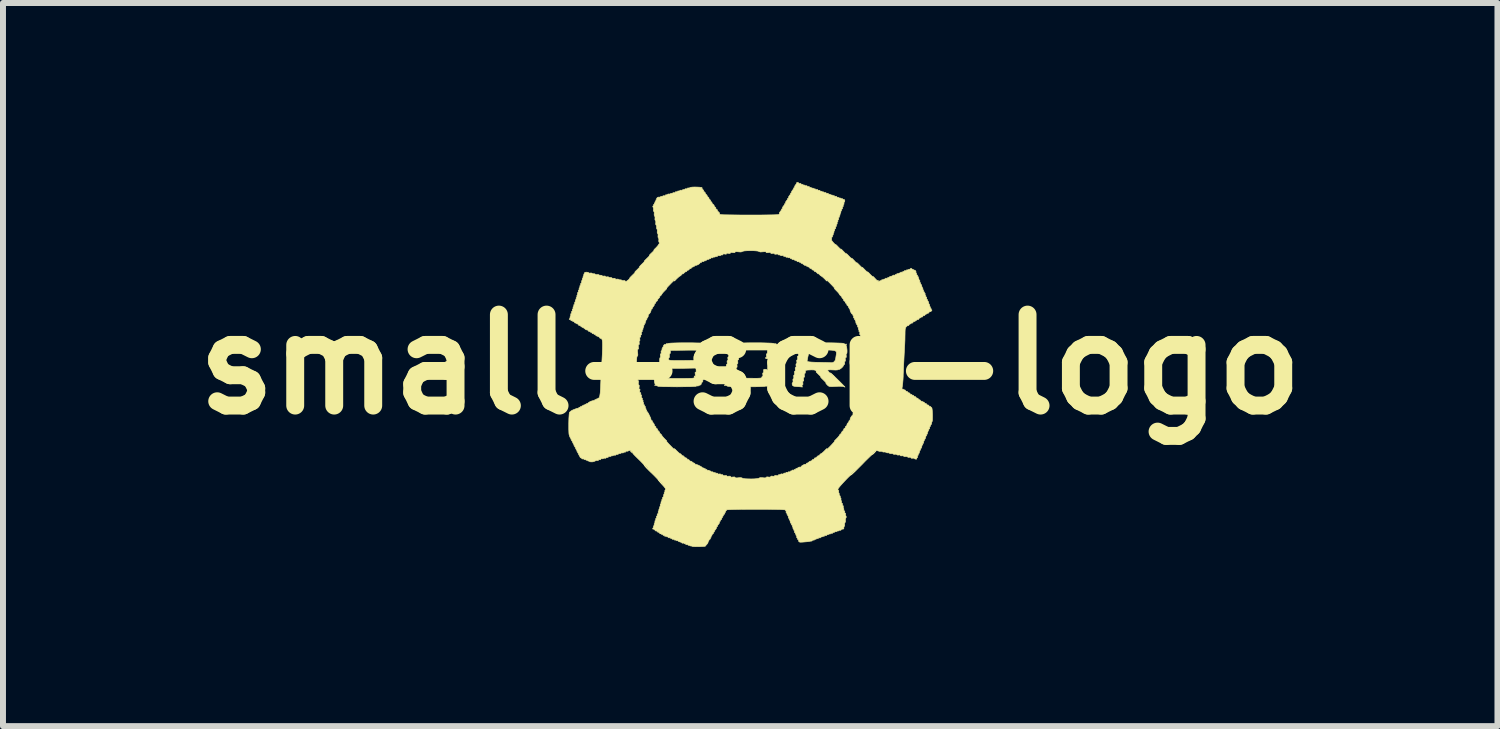
<source format=kicad_pcb>
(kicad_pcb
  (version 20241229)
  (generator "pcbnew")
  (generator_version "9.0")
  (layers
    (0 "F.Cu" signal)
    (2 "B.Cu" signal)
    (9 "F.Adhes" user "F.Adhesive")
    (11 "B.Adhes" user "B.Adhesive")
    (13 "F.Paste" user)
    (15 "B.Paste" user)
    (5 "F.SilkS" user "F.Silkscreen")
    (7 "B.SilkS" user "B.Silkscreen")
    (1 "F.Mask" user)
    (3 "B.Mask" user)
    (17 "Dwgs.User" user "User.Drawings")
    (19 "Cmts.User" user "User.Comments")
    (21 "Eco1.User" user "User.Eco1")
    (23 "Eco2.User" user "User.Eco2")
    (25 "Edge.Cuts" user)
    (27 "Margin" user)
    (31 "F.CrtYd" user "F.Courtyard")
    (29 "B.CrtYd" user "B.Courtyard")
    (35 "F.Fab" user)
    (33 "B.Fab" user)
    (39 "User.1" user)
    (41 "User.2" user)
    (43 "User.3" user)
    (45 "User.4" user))
  (footprint "small-scr-logo"
    (layer "F.Cu")
    (at 9.514 3.053)
    (property "Reference" "small-scr-logo" (at 0 0 0) (layer "F.SilkS") (effects (font (size 1.524 1.524) (thickness 0.3))))
    (attr through_hole)
    (fp_poly (pts (xy -1.587 0.349) (xy -1.594 0.356) (xy -1.6 0.349) (xy -1.594 0.343) (xy -1.587 0.349)) (stroke (width 0.01) (type solid)) (fill yes) (layer "F.SilkS"))
    (fp_poly (pts (xy -0.711 -0.337) (xy -0.718 -0.33) (xy -0.724 -0.337) (xy -0.718 -0.343) (xy -0.711 -0.337)) (stroke (width 0.01) (type solid)) (fill yes) (layer "F.SilkS"))
    (fp_poly (pts (xy -0.419 0.349) (xy -0.425 0.356) (xy -0.432 0.349) (xy -0.425 0.343) (xy -0.419 0.349)) (stroke (width 0.01) (type solid)) (fill yes) (layer "F.SilkS"))
    (fp_poly (pts (xy 1.613 -0.337) (xy 1.607 -0.33) (xy 1.6 -0.337) (xy 1.607 -0.343) (xy 1.613 -0.337)) (stroke (width 0.01) (type solid)) (fill yes) (layer "F.SilkS"))
    (fp_poly (pts (xy 2.146 -1.403) (xy 2.14 -1.397) (xy 2.134 -1.403) (xy 2.14 -1.41) (xy 2.146 -1.403)) (stroke (width 0.01) (type solid)) (fill yes) (layer "F.SilkS"))
    (fp_poly (pts (xy -1.996 1.453) (xy -1.982 1.466) (xy -1.985 1.473) (xy -1.987 1.473) (xy -1.998 1.464) (xy -2.001 1.459) (xy -2.003 1.45) (xy -1.996 1.453)) (stroke (width 0.01) (type solid)) (fill yes) (layer "F.SilkS"))
    (fp_poly (pts (xy -0.863 -0.168) (xy -0.859 -0.159) (xy -0.859 -0.142) (xy -0.864 -0.14) (xy -0.875 -0.15) (xy -0.876 -0.159) (xy -0.874 -0.176) (xy -0.871 -0.178) (xy -0.863 -0.168)) (stroke (width 0.01) (type solid)) (fill yes) (layer "F.SilkS"))
    (fp_poly (pts (xy 0.168 -0.362) (xy 0.245 -0.36) (xy 0.309 -0.358) (xy 0.358 -0.356) (xy 0.387 -0.353) (xy 0.394 -0.351) (xy 0.403 -0.345) (xy 0.412 -0.347) (xy 0.431 -0.346) (xy 0.447 -0.333) (xy 0.451 -0.317) (xy 0.449 -0.313) (xy 0.449 -0.305) (xy 0.453 -0.305) (xy 0.46 -0.294) (xy 0.464 -0.268) (xy 0.464 -0.236) (xy 0.46 -0.208) (xy 0.454 -0.196) (xy 0.45 -0.178) (xy 0.452 -0.157) (xy 0.454 -0.134) (xy 0.44 -0.127) (xy 0.422 -0.12) (xy 0.419 -0.114) (xy 0.408 -0.106) (xy 0.377 -0.108) (xy 0.375 -0.109) (xy 0.342 -0.111) (xy 0.33 -0.104) (xy 0.33 -0.104) (xy 0.319 -0.095) (xy 0.293 -0.093) (xy 0.292 -0.093) (xy 0.268 -0.098) (xy 0.254 -0.106) (xy 0.255 -0.113) (xy 0.267 -0.114) (xy 0.274 -0.125) (xy 0.272 -0.146) (xy 0.27 -0.17) (xy 0.277 -0.178) (xy 0.286 -0.189) (xy 0.288 -0.21) (xy 0.286 -0.241) (xy 0.054 -0.241) (xy -0.028 -0.241) (xy -0.089 -0.24) (xy -0.13 -0.238) (xy -0.155 -0.235) (xy -0.168 -0.231) (xy -0.17 -0.225) (xy -0.17 -0.222) (xy -0.17 -0.206) (xy -0.177 -0.203) (xy -0.185 -0.193) (xy -0.183 -0.171) (xy -0.181 -0.146) (xy -0.189 -0.14) (xy -0.198 -0.129) (xy -0.196 -0.108) (xy -0.194 -0.083) (xy -0.202 -0.076) (xy -0.211 -0.066) (xy -0.208 -0.044) (xy -0.207 -0.019) (xy -0.215 -0.013) (xy -0.223 -0.002) (xy -0.221 0.019) (xy -0.22 0.044) (xy -0.227 0.051) (xy -0.236 0.061) (xy -0.234 0.083) (xy -0.232 0.108) (xy -0.241 0.114) (xy -0.25 0.124) (xy -0.247 0.141) (xy -0.246 0.167) (xy -0.253 0.177) (xy -0.262 0.195) (xy -0.26 0.207) (xy -0.254 0.214) (xy -0.24 0.22) (xy -0.216 0.224) (xy -0.178 0.227) (xy -0.121 0.229) (xy -0.044 0.231) (xy -0.026 0.231) (xy 0.058 0.232) (xy 0.119 0.232) (xy 0.16 0.23) (xy 0.184 0.227) (xy 0.194 0.222) (xy 0.194 0.219) (xy 0.197 0.205) (xy 0.203 0.203) (xy 0.213 0.193) (xy 0.211 0.171) (xy 0.209 0.146) (xy 0.217 0.14) (xy 0.226 0.129) (xy 0.224 0.111) (xy 0.223 0.089) (xy 0.24 0.081) (xy 0.248 0.081) (xy 0.272 0.084) (xy 0.279 0.092) (xy 0.29 0.099) (xy 0.311 0.096) (xy 0.336 0.095) (xy 0.343 0.103) (xy 0.353 0.111) (xy 0.375 0.109) (xy 0.399 0.107) (xy 0.406 0.114) (xy 0.397 0.126) (xy 0.392 0.127) (xy 0.384 0.137) (xy 0.386 0.159) (xy 0.388 0.184) (xy 0.38 0.191) (xy 0.372 0.2) (xy 0.375 0.216) (xy 0.376 0.237) (xy 0.368 0.241) (xy 0.359 0.251) (xy 0.36 0.26) (xy 0.36 0.277) (xy 0.354 0.279) (xy 0.347 0.287) (xy 0.349 0.292) (xy 0.347 0.304) (xy 0.342 0.305) (xy 0.332 0.31) (xy 0.334 0.313) (xy 0.335 0.328) (xy 0.323 0.344) (xy 0.307 0.35) (xy 0.303 0.348) (xy 0.293 0.351) (xy 0.292 0.356) (xy 0.283 0.365) (xy 0.273 0.364) (xy 0.257 0.362) (xy 0.254 0.366) (xy 0.242 0.368) (xy 0.208 0.37) (xy 0.155 0.372) (xy 0.087 0.374) (xy 0.007 0.374) (xy -0.064 0.375) (xy -0.15 0.374) (xy -0.228 0.373) (xy -0.293 0.371) (xy -0.343 0.369) (xy -0.373 0.367) (xy -0.381 0.364) (xy -0.389 0.358) (xy -0.391 0.359) (xy -0.405 0.355) (xy -0.419 0.344) (xy -0.429 0.322) (xy -0.436 0.289) (xy -0.44 0.251) (xy -0.44 0.217) (xy -0.434 0.195) (xy -0.429 0.191) (xy -0.422 0.18) (xy -0.424 0.159) (xy -0.426 0.134) (xy -0.418 0.127) (xy -0.409 0.117) (xy -0.412 0.095) (xy -0.413 0.07) (xy -0.405 0.064) (xy -0.397 0.053) (xy -0.399 0.032) (xy -0.401 0.007) (xy -0.393 0) (xy -0.384 -0.01) (xy -0.386 -0.032) (xy -0.388 -0.057) (xy -0.38 -0.064) (xy -0.371 -0.074) (xy -0.374 -0.095) (xy -0.375 -0.12) (xy -0.367 -0.127) (xy -0.358 -0.137) (xy -0.361 -0.159) (xy -0.362 -0.184) (xy -0.355 -0.191) (xy -0.347 -0.2) (xy -0.349 -0.216) (xy -0.351 -0.236) (xy -0.344 -0.241) (xy -0.336 -0.25) (xy -0.337 -0.258) (xy -0.335 -0.278) (xy -0.321 -0.303) (xy -0.302 -0.325) (xy -0.284 -0.337) (xy -0.278 -0.336) (xy -0.267 -0.338) (xy -0.267 -0.342) (xy -0.257 -0.349) (xy -0.248 -0.347) (xy -0.231 -0.347) (xy -0.229 -0.351) (xy -0.216 -0.354) (xy -0.182 -0.357) (xy -0.13 -0.359) (xy -0.062 -0.361) (xy 0.017 -0.362) (xy 0.083 -0.362) (xy 0.168 -0.362)) (stroke (width 0.01) (type solid)) (fill yes) (layer "F.SilkS"))
    (fp_poly (pts (xy 1.294 -0.362) (xy 1.378 -0.361) (xy 1.45 -0.359) (xy 1.507 -0.357) (xy 1.545 -0.355) (xy 1.562 -0.352) (xy 1.562 -0.352) (xy 1.57 -0.346) (xy 1.572 -0.346) (xy 1.587 -0.342) (xy 1.6 -0.331) (xy 1.61 -0.31) (xy 1.617 -0.276) (xy 1.621 -0.239) (xy 1.621 -0.205) (xy 1.617 -0.182) (xy 1.611 -0.178) (xy 1.605 -0.167) (xy 1.608 -0.146) (xy 1.609 -0.12) (xy 1.6 -0.114) (xy 1.59 -0.104) (xy 1.593 -0.083) (xy 1.594 -0.058) (xy 1.587 -0.051) (xy 1.579 -0.041) (xy 1.581 -0.025) (xy 1.582 -0.005) (xy 1.576 0) (xy 1.565 0.007) (xy 1.565 0.01) (xy 1.559 0.026) (xy 1.541 0.048) (xy 1.517 0.069) (xy 1.496 0.082) (xy 1.487 0.083) (xy 1.474 0.082) (xy 1.473 0.086) (xy 1.462 0.092) (xy 1.43 0.094) (xy 1.385 0.092) (xy 1.384 0.092) (xy 1.339 0.09) (xy 1.307 0.092) (xy 1.295 0.097) (xy 1.295 0.097) (xy 1.304 0.112) (xy 1.326 0.137) (xy 1.349 0.159) (xy 1.403 0.21) (xy 1.353 0.152) (xy 1.344 0.141) (xy 1.352 0.147) (xy 1.374 0.167) (xy 1.409 0.2) (xy 1.445 0.235) (xy 1.494 0.283) (xy 1.535 0.324) (xy 1.566 0.356) (xy 1.584 0.376) (xy 1.587 0.38) (xy 1.581 0.379) (xy 1.575 0.374) (xy 1.558 0.369) (xy 1.521 0.367) (xy 1.469 0.367) (xy 1.441 0.368) (xy 1.385 0.371) (xy 1.348 0.371) (xy 1.324 0.368) (xy 1.307 0.359) (xy 1.292 0.345) (xy 1.285 0.338) (xy 1.268 0.317) (xy 1.266 0.31) (xy 1.27 0.311) (xy 1.271 0.308) (xy 1.257 0.292) (xy 1.23 0.265) (xy 1.226 0.261) (xy 1.197 0.233) (xy 1.181 0.215) (xy 1.18 0.21) (xy 1.181 0.21) (xy 1.183 0.207) (xy 1.169 0.191) (xy 1.143 0.166) (xy 1.117 0.14) (xy 1.103 0.124) (xy 1.105 0.122) (xy 1.117 0.127) (xy 1.112 0.117) (xy 1.106 0.11) (xy 1.091 0.098) (xy 1.065 0.092) (xy 1.024 0.091) (xy 1.004 0.092) (xy 0.96 0.094) (xy 0.935 0.098) (xy 0.925 0.107) (xy 0.923 0.121) (xy 0.924 0.124) (xy 0.921 0.146) (xy 0.913 0.152) (xy 0.905 0.163) (xy 0.907 0.184) (xy 0.909 0.209) (xy 0.901 0.216) (xy 0.892 0.226) (xy 0.894 0.248) (xy 0.896 0.273) (xy 0.888 0.279) (xy 0.879 0.29) (xy 0.882 0.311) (xy 0.883 0.336) (xy 0.875 0.343) (xy 0.866 0.352) (xy 0.868 0.362) (xy 0.873 0.377) (xy 0.873 0.379) (xy 0.86 0.377) (xy 0.828 0.374) (xy 0.791 0.372) (xy 0.747 0.368) (xy 0.721 0.361) (xy 0.708 0.35) (xy 0.704 0.34) (xy 0.702 0.315) (xy 0.709 0.307) (xy 0.718 0.293) (xy 0.716 0.272) (xy 0.715 0.248) (xy 0.723 0.241) (xy 0.731 0.231) (xy 0.729 0.21) (xy 0.728 0.184) (xy 0.735 0.178) (xy 0.744 0.167) (xy 0.742 0.146) (xy 0.74 0.121) (xy 0.748 0.114) (xy 0.757 0.104) (xy 0.755 0.083) (xy 0.753 0.057) (xy 0.761 0.051) (xy 0.77 0.04) (xy 0.767 0.019) (xy 0.766 -0.006) (xy 0.774 -0.013) (xy 0.782 -0.023) (xy 0.78 -0.044) (xy 0.779 -0.054) (xy 0.953 -0.054) (xy 0.96 -0.048) (xy 0.984 -0.043) (xy 1.027 -0.039) (xy 1.09 -0.036) (xy 1.153 -0.035) (xy 1.222 -0.033) (xy 1.283 -0.032) (xy 1.33 -0.03) (xy 1.359 -0.029) (xy 1.366 -0.028) (xy 1.386 -0.033) (xy 1.402 -0.042) (xy 1.423 -0.068) (xy 1.43 -0.09) (xy 1.435 -0.125) (xy 1.441 -0.164) (xy 1.444 -0.19) (xy 1.442 -0.21) (xy 1.43 -0.224) (xy 1.407 -0.233) (xy 1.369 -0.238) (xy 1.313 -0.241) (xy 1.236 -0.241) (xy 1.205 -0.241) (xy 1.127 -0.241) (xy 1.07 -0.241) (xy 1.032 -0.239) (xy 1.008 -0.236) (xy 0.994 -0.231) (xy 0.988 -0.223) (xy 0.985 -0.213) (xy 0.985 -0.213) (xy 0.968 -0.138) (xy 0.957 -0.086) (xy 0.953 -0.057) (xy 0.953 -0.054) (xy 0.779 -0.054) (xy 0.778 -0.07) (xy 0.786 -0.076) (xy 0.795 -0.087) (xy 0.793 -0.108) (xy 0.791 -0.134) (xy 0.8 -0.14) (xy 0.81 -0.15) (xy 0.808 -0.171) (xy 0.806 -0.197) (xy 0.814 -0.203) (xy 0.823 -0.214) (xy 0.82 -0.235) (xy 0.819 -0.26) (xy 0.827 -0.267) (xy 0.835 -0.277) (xy 0.833 -0.298) (xy 0.831 -0.324) (xy 0.839 -0.33) (xy 0.849 -0.339) (xy 0.848 -0.346) (xy 0.851 -0.351) (xy 0.866 -0.355) (xy 0.896 -0.358) (xy 0.942 -0.36) (xy 1.007 -0.361) (xy 1.093 -0.362) (xy 1.202 -0.362) (xy 1.294 -0.362)) (stroke (width 0.01) (type solid)) (fill yes) (layer "F.SilkS"))
    (fp_poly (pts (xy -0.982 -0.362) (xy -0.906 -0.36) (xy -0.843 -0.359) (xy -0.796 -0.356) (xy -0.768 -0.354) (xy -0.762 -0.352) (xy -0.754 -0.346) (xy -0.752 -0.346) (xy -0.738 -0.343) (xy -0.72 -0.328) (xy -0.708 -0.31) (xy -0.708 -0.3) (xy -0.707 -0.286) (xy -0.698 -0.272) (xy -0.687 -0.254) (xy -0.696 -0.243) (xy -0.698 -0.242) (xy -0.709 -0.222) (xy -0.708 -0.205) (xy -0.707 -0.187) (xy -0.719 -0.186) (xy -0.734 -0.185) (xy -0.737 -0.178) (xy -0.746 -0.169) (xy -0.764 -0.172) (xy -0.789 -0.173) (xy -0.8 -0.166) (xy -0.817 -0.158) (xy -0.83 -0.16) (xy -0.848 -0.175) (xy -0.854 -0.207) (xy -0.854 -0.226) (xy -0.859 -0.231) (xy -0.877 -0.236) (xy -0.91 -0.238) (xy -0.961 -0.239) (xy -1.033 -0.239) (xy -1.097 -0.238) (xy -1.34 -0.235) (xy -1.337 -0.206) (xy -1.34 -0.184) (xy -1.348 -0.178) (xy -1.356 -0.167) (xy -1.354 -0.147) (xy -1.353 -0.121) (xy -1.361 -0.111) (xy -1.37 -0.097) (xy -1.368 -0.084) (xy -1.363 -0.077) (xy -1.354 -0.072) (xy -1.336 -0.068) (xy -1.307 -0.066) (xy -1.263 -0.065) (xy -1.202 -0.065) (xy -1.12 -0.065) (xy -1.08 -0.066) (xy -0.991 -0.067) (xy -0.917 -0.066) (xy -0.858 -0.065) (xy -0.818 -0.062) (xy -0.801 -0.059) (xy -0.8 -0.058) (xy -0.794 -0.053) (xy -0.792 -0.055) (xy -0.777 -0.057) (xy -0.762 -0.043) (xy -0.757 -0.024) (xy -0.758 -0.018) (xy -0.757 -0.002) (xy -0.751 0) (xy -0.74 0.011) (xy -0.737 0.032) (xy -0.741 0.056) (xy -0.751 0.064) (xy -0.76 0.074) (xy -0.758 0.102) (xy -0.756 0.13) (xy -0.764 0.14) (xy -0.772 0.15) (xy -0.769 0.171) (xy -0.768 0.196) (xy -0.775 0.203) (xy -0.783 0.213) (xy -0.781 0.229) (xy -0.78 0.249) (xy -0.787 0.254) (xy -0.795 0.262) (xy -0.793 0.269) (xy -0.794 0.286) (xy -0.807 0.3) (xy -0.821 0.313) (xy -0.82 0.318) (xy -0.818 0.325) (xy -0.825 0.336) (xy -0.843 0.349) (xy -0.852 0.348) (xy -0.863 0.351) (xy -0.864 0.354) (xy -0.873 0.362) (xy -0.883 0.36) (xy -0.899 0.359) (xy -0.902 0.364) (xy -0.914 0.367) (xy -0.948 0.369) (xy -1.001 0.372) (xy -1.069 0.373) (xy -1.149 0.374) (xy -1.226 0.375) (xy -1.313 0.374) (xy -1.392 0.373) (xy -1.458 0.372) (xy -1.509 0.369) (xy -1.54 0.367) (xy -1.549 0.364) (xy -1.557 0.358) (xy -1.559 0.359) (xy -1.574 0.355) (xy -1.587 0.344) (xy -1.596 0.324) (xy -1.603 0.293) (xy -1.608 0.256) (xy -1.609 0.22) (xy -1.607 0.194) (xy -1.6 0.185) (xy -1.598 0.185) (xy -1.588 0.182) (xy -1.587 0.177) (xy -1.577 0.168) (xy -1.556 0.17) (xy -1.531 0.172) (xy -1.524 0.164) (xy -1.514 0.155) (xy -1.492 0.158) (xy -1.468 0.159) (xy -1.46 0.153) (xy -1.451 0.14) (xy -1.448 0.14) (xy -1.437 0.15) (xy -1.435 0.165) (xy -1.44 0.186) (xy -1.447 0.191) (xy -1.456 0.201) (xy -1.457 0.213) (xy -1.455 0.22) (xy -1.447 0.226) (xy -1.43 0.23) (xy -1.402 0.232) (xy -1.358 0.234) (xy -1.296 0.235) (xy -1.212 0.235) (xy -1.193 0.235) (xy -1.106 0.235) (xy -1.04 0.234) (xy -0.994 0.233) (xy -0.963 0.231) (xy -0.946 0.227) (xy -0.938 0.222) (xy -0.936 0.215) (xy -0.937 0.211) (xy -0.938 0.194) (xy -0.928 0.196) (xy -0.918 0.198) (xy -0.918 0.181) (xy -0.921 0.165) (xy -0.924 0.137) (xy -0.918 0.131) (xy -0.916 0.132) (xy -0.907 0.128) (xy -0.905 0.102) (xy -0.905 0.101) (xy -0.908 0.061) (xy -1.172 0.066) (xy -1.25 0.066) (xy -1.32 0.066) (xy -1.376 0.065) (xy -1.415 0.063) (xy -1.434 0.061) (xy -1.435 0.06) (xy -1.445 0.054) (xy -1.459 0.057) (xy -1.487 0.054) (xy -1.499 0.044) (xy -1.508 0.023) (xy -1.514 -0.011) (xy -1.517 -0.049) (xy -1.517 -0.085) (xy -1.513 -0.109) (xy -1.508 -0.114) (xy -1.502 -0.125) (xy -1.504 -0.146) (xy -1.505 -0.171) (xy -1.498 -0.178) (xy -1.49 -0.188) (xy -1.492 -0.203) (xy -1.493 -0.224) (xy -1.485 -0.229) (xy -1.476 -0.238) (xy -1.478 -0.248) (xy -1.478 -0.264) (xy -1.472 -0.267) (xy -1.465 -0.275) (xy -1.467 -0.279) (xy -1.465 -0.291) (xy -1.46 -0.292) (xy -1.452 -0.299) (xy -1.453 -0.303) (xy -1.451 -0.319) (xy -1.437 -0.333) (xy -1.421 -0.336) (xy -1.418 -0.334) (xy -1.41 -0.336) (xy -1.41 -0.34) (xy -1.4 -0.349) (xy -1.391 -0.347) (xy -1.374 -0.347) (xy -1.372 -0.351) (xy -1.359 -0.354) (xy -1.325 -0.357) (xy -1.273 -0.359) (xy -1.205 -0.361) (xy -1.126 -0.362) (xy -1.067 -0.362) (xy -0.982 -0.362)) (stroke (width 0.01) (type solid)) (fill yes) (layer "F.SilkS"))
    (fp_poly (pts (xy 0.81 -3.042) (xy 0.813 -3.036) (xy 0.822 -3.029) (xy 0.832 -3.031) (xy 0.848 -3.03) (xy 0.851 -3.023) (xy 0.858 -3.014) (xy 0.863 -3.016) (xy 0.879 -3.014) (xy 0.883 -3.01) (xy 0.898 -3.002) (xy 0.903 -3.004) (xy 0.914 -3.002) (xy 0.914 -2.998) (xy 0.924 -2.991) (xy 0.933 -2.993) (xy 0.95 -2.992) (xy 0.953 -2.986) (xy 0.962 -2.978) (xy 0.972 -2.98) (xy 0.988 -2.979) (xy 0.991 -2.972) (xy 0.998 -2.963) (xy 1.002 -2.965) (xy 1.019 -2.963) (xy 1.022 -2.959) (xy 1.037 -2.951) (xy 1.041 -2.953) (xy 1.057 -2.951) (xy 1.06 -2.946) (xy 1.076 -2.939) (xy 1.08 -2.941) (xy 1.091 -2.939) (xy 1.092 -2.935) (xy 1.101 -2.927) (xy 1.111 -2.929) (xy 1.128 -2.929) (xy 1.13 -2.923) (xy 1.14 -2.915) (xy 1.149 -2.916) (xy 1.166 -2.916) (xy 1.168 -2.909) (xy 1.176 -2.9) (xy 1.18 -2.901) (xy 1.197 -2.9) (xy 1.2 -2.896) (xy 1.215 -2.888) (xy 1.22 -2.89) (xy 1.231 -2.888) (xy 1.232 -2.884) (xy 1.241 -2.876) (xy 1.251 -2.878) (xy 1.267 -2.878) (xy 1.27 -2.872) (xy 1.279 -2.864) (xy 1.289 -2.866) (xy 1.305 -2.865) (xy 1.308 -2.858) (xy 1.315 -2.849) (xy 1.32 -2.851) (xy 1.336 -2.849) (xy 1.34 -2.845) (xy 1.355 -2.837) (xy 1.359 -2.838) (xy 1.374 -2.836) (xy 1.378 -2.832) (xy 1.393 -2.825) (xy 1.398 -2.826) (xy 1.409 -2.825) (xy 1.41 -2.821) (xy 1.419 -2.813) (xy 1.429 -2.815) (xy 1.445 -2.814) (xy 1.448 -2.807) (xy 1.455 -2.798) (xy 1.46 -2.8) (xy 1.476 -2.798) (xy 1.48 -2.794) (xy 1.494 -2.786) (xy 1.499 -2.788) (xy 1.514 -2.785) (xy 1.518 -2.781) (xy 1.533 -2.774) (xy 1.538 -2.775) (xy 1.549 -2.774) (xy 1.549 -2.77) (xy 1.558 -2.762) (xy 1.566 -2.763) (xy 1.58 -2.758) (xy 1.584 -2.744) (xy 1.581 -2.723) (xy 1.574 -2.718) (xy 1.568 -2.708) (xy 1.57 -2.699) (xy 1.57 -2.682) (xy 1.564 -2.68) (xy 1.556 -2.67) (xy 1.558 -2.661) (xy 1.557 -2.644) (xy 1.551 -2.642) (xy 1.543 -2.632) (xy 1.545 -2.623) (xy 1.544 -2.606) (xy 1.537 -2.603) (xy 1.528 -2.596) (xy 1.53 -2.592) (xy 1.528 -2.575) (xy 1.524 -2.572) (xy 1.516 -2.557) (xy 1.518 -2.553) (xy 1.515 -2.537) (xy 1.511 -2.534) (xy 1.503 -2.519) (xy 1.505 -2.515) (xy 1.503 -2.499) (xy 1.499 -2.496) (xy 1.491 -2.48) (xy 1.493 -2.476) (xy 1.491 -2.465) (xy 1.487 -2.464) (xy 1.479 -2.455) (xy 1.481 -2.445) (xy 1.481 -2.428) (xy 1.475 -2.426) (xy 1.467 -2.416) (xy 1.469 -2.407) (xy 1.468 -2.39) (xy 1.462 -2.388) (xy 1.454 -2.378) (xy 1.456 -2.369) (xy 1.456 -2.352) (xy 1.45 -2.349) (xy 1.441 -2.34) (xy 1.443 -2.33) (xy 1.443 -2.314) (xy 1.437 -2.311) (xy 1.429 -2.302) (xy 1.431 -2.292) (xy 1.43 -2.276) (xy 1.423 -2.273) (xy 1.414 -2.266) (xy 1.416 -2.261) (xy 1.414 -2.245) (xy 1.41 -2.242) (xy 1.402 -2.227) (xy 1.403 -2.223) (xy 1.401 -2.207) (xy 1.397 -2.203) (xy 1.389 -2.189) (xy 1.391 -2.184) (xy 1.388 -2.169) (xy 1.384 -2.165) (xy 1.377 -2.15) (xy 1.378 -2.145) (xy 1.376 -2.135) (xy 1.371 -2.134) (xy 1.362 -2.124) (xy 1.363 -2.115) (xy 1.364 -2.097) (xy 1.359 -2.093) (xy 1.361 -2.082) (xy 1.376 -2.059) (xy 1.394 -2.038) (xy 1.417 -2.014) (xy 1.429 -2.003) (xy 1.43 -2.007) (xy 1.433 -2.008) (xy 1.449 -1.994) (xy 1.474 -1.968) (xy 1.5 -1.942) (xy 1.516 -1.928) (xy 1.518 -1.93) (xy 1.521 -1.932) (xy 1.538 -1.918) (xy 1.563 -1.892) (xy 1.589 -1.866) (xy 1.605 -1.852) (xy 1.608 -1.854) (xy 1.611 -1.856) (xy 1.627 -1.842) (xy 1.652 -1.816) (xy 1.677 -1.79) (xy 1.693 -1.776) (xy 1.696 -1.778) (xy 1.699 -1.78) (xy 1.716 -1.766) (xy 1.741 -1.74) (xy 1.766 -1.713) (xy 1.782 -1.7) (xy 1.785 -1.702) (xy 1.788 -1.703) (xy 1.804 -1.689) (xy 1.829 -1.664) (xy 1.855 -1.637) (xy 1.871 -1.624) (xy 1.874 -1.626) (xy 1.877 -1.627) (xy 1.893 -1.613) (xy 1.918 -1.587) (xy 1.944 -1.561) (xy 1.96 -1.547) (xy 1.963 -1.549) (xy 1.966 -1.551) (xy 1.982 -1.537) (xy 2.007 -1.511) (xy 2.033 -1.485) (xy 2.049 -1.471) (xy 2.052 -1.473) (xy 2.055 -1.475) (xy 2.071 -1.461) (xy 2.094 -1.436) (xy 2.124 -1.405) (xy 2.144 -1.391) (xy 2.159 -1.392) (xy 2.162 -1.395) (xy 2.181 -1.403) (xy 2.189 -1.401) (xy 2.196 -1.403) (xy 2.197 -1.409) (xy 2.206 -1.419) (xy 2.216 -1.418) (xy 2.232 -1.418) (xy 2.235 -1.424) (xy 2.243 -1.431) (xy 2.248 -1.429) (xy 2.26 -1.431) (xy 2.261 -1.436) (xy 2.27 -1.445) (xy 2.28 -1.443) (xy 2.296 -1.443) (xy 2.299 -1.449) (xy 2.306 -1.456) (xy 2.31 -1.455) (xy 2.324 -1.457) (xy 2.326 -1.461) (xy 2.341 -1.472) (xy 2.359 -1.476) (xy 2.381 -1.482) (xy 2.388 -1.49) (xy 2.397 -1.496) (xy 2.407 -1.494) (xy 2.423 -1.494) (xy 2.426 -1.5) (xy 2.434 -1.507) (xy 2.438 -1.505) (xy 2.45 -1.507) (xy 2.451 -1.512) (xy 2.46 -1.521) (xy 2.47 -1.519) (xy 2.486 -1.519) (xy 2.489 -1.525) (xy 2.497 -1.532) (xy 2.502 -1.53) (xy 2.514 -1.532) (xy 2.515 -1.537) (xy 2.524 -1.546) (xy 2.534 -1.545) (xy 2.55 -1.545) (xy 2.553 -1.551) (xy 2.561 -1.558) (xy 2.565 -1.556) (xy 2.577 -1.558) (xy 2.578 -1.563) (xy 2.587 -1.572) (xy 2.597 -1.57) (xy 2.613 -1.571) (xy 2.616 -1.577) (xy 2.621 -1.585) (xy 2.625 -1.583) (xy 2.64 -1.583) (xy 2.65 -1.589) (xy 2.664 -1.596) (xy 2.667 -1.592) (xy 2.673 -1.591) (xy 2.681 -1.6) (xy 2.694 -1.612) (xy 2.701 -1.603) (xy 2.713 -1.593) (xy 2.719 -1.595) (xy 2.73 -1.592) (xy 2.731 -1.588) (xy 2.738 -1.579) (xy 2.742 -1.58) (xy 2.758 -1.578) (xy 2.769 -1.568) (xy 2.777 -1.553) (xy 2.775 -1.549) (xy 2.773 -1.542) (xy 2.78 -1.532) (xy 2.788 -1.514) (xy 2.785 -1.507) (xy 2.787 -1.499) (xy 2.793 -1.499) (xy 2.802 -1.491) (xy 2.8 -1.486) (xy 2.802 -1.474) (xy 2.807 -1.473) (xy 2.816 -1.464) (xy 2.815 -1.454) (xy 2.815 -1.438) (xy 2.821 -1.435) (xy 2.828 -1.427) (xy 2.826 -1.422) (xy 2.828 -1.411) (xy 2.833 -1.41) (xy 2.842 -1.4) (xy 2.84 -1.391) (xy 2.84 -1.374) (xy 2.846 -1.372) (xy 2.853 -1.364) (xy 2.852 -1.36) (xy 2.854 -1.346) (xy 2.858 -1.344) (xy 2.869 -1.329) (xy 2.873 -1.311) (xy 2.879 -1.289) (xy 2.886 -1.283) (xy 2.892 -1.275) (xy 2.89 -1.271) (xy 2.891 -1.255) (xy 2.896 -1.251) (xy 2.903 -1.236) (xy 2.901 -1.231) (xy 2.904 -1.22) (xy 2.908 -1.219) (xy 2.917 -1.211) (xy 2.915 -1.206) (xy 2.916 -1.195) (xy 2.922 -1.194) (xy 2.931 -1.185) (xy 2.929 -1.175) (xy 2.929 -1.158) (xy 2.935 -1.156) (xy 2.942 -1.148) (xy 2.94 -1.143) (xy 2.942 -1.131) (xy 2.947 -1.13) (xy 2.956 -1.121) (xy 2.955 -1.111) (xy 2.955 -1.095) (xy 2.96 -1.092) (xy 2.968 -1.085) (xy 2.966 -1.081) (xy 2.968 -1.067) (xy 2.972 -1.065) (xy 2.984 -1.05) (xy 2.988 -1.032) (xy 2.994 -1.009) (xy 3.001 -1.003) (xy 3.006 -0.995) (xy 3.004 -0.991) (xy 3.006 -0.975) (xy 3.01 -0.972) (xy 3.017 -0.956) (xy 3.016 -0.952) (xy 3.018 -0.941) (xy 3.023 -0.94) (xy 3.031 -0.932) (xy 3.029 -0.927) (xy 3.031 -0.915) (xy 3.036 -0.914) (xy 3.044 -0.91) (xy 3.035 -0.895) (xy 3.018 -0.883) (xy 3.01 -0.883) (xy 2.998 -0.878) (xy 2.992 -0.869) (xy 2.98 -0.856) (xy 2.972 -0.857) (xy 2.96 -0.856) (xy 2.959 -0.851) (xy 2.952 -0.842) (xy 2.948 -0.844) (xy 2.934 -0.84) (xy 2.929 -0.831) (xy 2.917 -0.817) (xy 2.91 -0.818) (xy 2.896 -0.815) (xy 2.891 -0.806) (xy 2.878 -0.792) (xy 2.87 -0.794) (xy 2.859 -0.792) (xy 2.857 -0.787) (xy 2.85 -0.779) (xy 2.846 -0.78) (xy 2.833 -0.777) (xy 2.827 -0.766) (xy 2.817 -0.752) (xy 2.811 -0.753) (xy 2.798 -0.751) (xy 2.778 -0.736) (xy 2.756 -0.721) (xy 2.743 -0.718) (xy 2.731 -0.713) (xy 2.726 -0.704) (xy 2.713 -0.691) (xy 2.705 -0.692) (xy 2.693 -0.691) (xy 2.692 -0.686) (xy 2.685 -0.677) (xy 2.681 -0.679) (xy 2.668 -0.675) (xy 2.662 -0.665) (xy 2.652 -0.651) (xy 2.647 -0.651) (xy 2.634 -0.649) (xy 2.615 -0.634) (xy 2.602 -0.615) (xy 2.595 -0.586) (xy 2.593 -0.542) (xy 2.593 -0.524) (xy 2.592 -0.475) (xy 2.591 -0.409) (xy 2.588 -0.338) (xy 2.585 -0.292) (xy 2.578 -0.164) (xy 2.573 -0.057) (xy 2.568 0.032) (xy 2.565 0.107) (xy 2.562 0.171) (xy 2.562 0.197) (xy 2.559 0.255) (xy 2.554 0.313) (xy 2.548 0.359) (xy 2.548 0.361) (xy 2.542 0.398) (xy 2.544 0.414) (xy 2.551 0.414) (xy 2.564 0.414) (xy 2.565 0.419) (xy 2.573 0.427) (xy 2.578 0.425) (xy 2.593 0.428) (xy 2.599 0.437) (xy 2.611 0.451) (xy 2.618 0.45) (xy 2.631 0.453) (xy 2.637 0.463) (xy 2.649 0.476) (xy 2.656 0.475) (xy 2.669 0.479) (xy 2.675 0.488) (xy 2.687 0.502) (xy 2.694 0.501) (xy 2.704 0.503) (xy 2.705 0.508) (xy 2.713 0.516) (xy 2.718 0.514) (xy 2.732 0.517) (xy 2.738 0.526) (xy 2.75 0.54) (xy 2.757 0.539) (xy 2.771 0.542) (xy 2.776 0.552) (xy 2.788 0.565) (xy 2.795 0.564) (xy 2.809 0.568) (xy 2.814 0.577) (xy 2.826 0.591) (xy 2.832 0.591) (xy 2.844 0.595) (xy 2.85 0.604) (xy 2.862 0.617) (xy 2.87 0.616) (xy 2.882 0.617) (xy 2.883 0.622) (xy 2.891 0.631) (xy 2.896 0.629) (xy 2.91 0.631) (xy 2.916 0.64) (xy 2.928 0.654) (xy 2.935 0.653) (xy 2.949 0.657) (xy 2.954 0.666) (xy 2.966 0.679) (xy 2.973 0.679) (xy 2.987 0.682) (xy 2.992 0.691) (xy 3.004 0.705) (xy 3.011 0.704) (xy 3.022 0.706) (xy 3.023 0.71) (xy 3.032 0.721) (xy 3.036 0.721) (xy 3.043 0.731) (xy 3.048 0.765) (xy 3.051 0.82) (xy 3.052 0.835) (xy 3.052 0.886) (xy 3.051 0.926) (xy 3.049 0.949) (xy 3.048 0.953) (xy 3.041 0.963) (xy 3.039 0.981) (xy 3.032 1.005) (xy 3.023 1.014) (xy 3.015 1.026) (xy 3.017 1.03) (xy 3.015 1.041) (xy 3.011 1.041) (xy 3.003 1.051) (xy 3.005 1.06) (xy 3.004 1.077) (xy 2.998 1.079) (xy 2.989 1.087) (xy 2.991 1.092) (xy 2.989 1.104) (xy 2.985 1.105) (xy 2.976 1.113) (xy 2.978 1.118) (xy 2.977 1.129) (xy 2.973 1.13) (xy 2.965 1.14) (xy 2.967 1.149) (xy 2.966 1.166) (xy 2.96 1.168) (xy 2.951 1.176) (xy 2.953 1.181) (xy 2.953 1.193) (xy 2.95 1.194) (xy 2.941 1.205) (xy 2.937 1.222) (xy 2.93 1.246) (xy 2.921 1.255) (xy 2.914 1.267) (xy 2.915 1.271) (xy 2.913 1.282) (xy 2.909 1.283) (xy 2.902 1.292) (xy 2.904 1.302) (xy 2.903 1.318) (xy 2.896 1.321) (xy 2.887 1.329) (xy 2.889 1.333) (xy 2.89 1.345) (xy 2.886 1.346) (xy 2.877 1.357) (xy 2.873 1.375) (xy 2.867 1.399) (xy 2.858 1.407) (xy 2.85 1.419) (xy 2.852 1.423) (xy 2.851 1.434) (xy 2.848 1.435) (xy 2.839 1.446) (xy 2.835 1.463) (xy 2.828 1.488) (xy 2.82 1.496) (xy 2.812 1.508) (xy 2.814 1.512) (xy 2.812 1.523) (xy 2.808 1.524) (xy 2.8 1.533) (xy 2.802 1.543) (xy 2.801 1.559) (xy 2.795 1.562) (xy 2.786 1.57) (xy 2.788 1.575) (xy 2.785 1.586) (xy 2.776 1.587) (xy 2.755 1.581) (xy 2.75 1.576) (xy 2.734 1.569) (xy 2.718 1.571) (xy 2.697 1.571) (xy 2.692 1.563) (xy 2.683 1.553) (xy 2.668 1.555) (xy 2.644 1.556) (xy 2.635 1.549) (xy 2.618 1.541) (xy 2.603 1.543) (xy 2.58 1.543) (xy 2.572 1.537) (xy 2.554 1.529) (xy 2.539 1.531) (xy 2.519 1.531) (xy 2.515 1.524) (xy 2.505 1.515) (xy 2.49 1.517) (xy 2.467 1.518) (xy 2.457 1.511) (xy 2.44 1.503) (xy 2.426 1.505) (xy 2.403 1.505) (xy 2.395 1.5) (xy 2.378 1.492) (xy 2.368 1.494) (xy 2.343 1.493) (xy 2.332 1.487) (xy 2.314 1.479) (xy 2.307 1.481) (xy 2.292 1.481) (xy 2.282 1.475) (xy 2.257 1.466) (xy 2.244 1.467) (xy 2.223 1.467) (xy 2.217 1.462) (xy 2.2 1.454) (xy 2.191 1.456) (xy 2.165 1.456) (xy 2.157 1.453) (xy 2.119 1.442) (xy 2.111 1.445) (xy 2.084 1.476) (xy 2.062 1.498) (xy 2.047 1.508) (xy 2.046 1.508) (xy 2.035 1.515) (xy 2.009 1.539) (xy 1.972 1.575) (xy 1.925 1.621) (xy 1.873 1.675) (xy 1.869 1.679) (xy 1.815 1.733) (xy 1.768 1.78) (xy 1.729 1.817) (xy 1.702 1.842) (xy 1.69 1.851) (xy 1.689 1.851) (xy 1.677 1.858) (xy 1.652 1.881) (xy 1.619 1.914) (xy 1.582 1.953) (xy 1.544 1.994) (xy 1.51 2.032) (xy 1.484 2.064) (xy 1.47 2.084) (xy 1.47 2.086) (xy 1.469 2.104) (xy 1.475 2.108) (xy 1.483 2.117) (xy 1.481 2.127) (xy 1.481 2.147) (xy 1.486 2.153) (xy 1.492 2.169) (xy 1.49 2.178) (xy 1.492 2.194) (xy 1.499 2.197) (xy 1.508 2.206) (xy 1.507 2.216) (xy 1.507 2.232) (xy 1.513 2.235) (xy 1.521 2.244) (xy 1.52 2.254) (xy 1.519 2.274) (xy 1.524 2.28) (xy 1.53 2.296) (xy 1.528 2.305) (xy 1.53 2.321) (xy 1.537 2.324) (xy 1.546 2.333) (xy 1.545 2.343) (xy 1.545 2.359) (xy 1.551 2.362) (xy 1.559 2.371) (xy 1.558 2.381) (xy 1.558 2.401) (xy 1.562 2.407) (xy 1.569 2.423) (xy 1.567 2.432) (xy 1.568 2.448) (xy 1.575 2.451) (xy 1.584 2.46) (xy 1.583 2.47) (xy 1.583 2.486) (xy 1.589 2.489) (xy 1.598 2.498) (xy 1.596 2.507) (xy 1.598 2.53) (xy 1.603 2.538) (xy 1.61 2.556) (xy 1.602 2.57) (xy 1.593 2.595) (xy 1.595 2.608) (xy 1.595 2.635) (xy 1.588 2.648) (xy 1.579 2.669) (xy 1.581 2.68) (xy 1.581 2.7) (xy 1.575 2.711) (xy 1.566 2.733) (xy 1.568 2.743) (xy 1.566 2.755) (xy 1.545 2.759) (xy 1.534 2.757) (xy 1.524 2.766) (xy 1.524 2.77) (xy 1.515 2.778) (xy 1.505 2.777) (xy 1.489 2.777) (xy 1.486 2.782) (xy 1.478 2.79) (xy 1.474 2.788) (xy 1.458 2.79) (xy 1.454 2.794) (xy 1.439 2.802) (xy 1.435 2.8) (xy 1.42 2.803) (xy 1.416 2.807) (xy 1.401 2.814) (xy 1.396 2.813) (xy 1.385 2.815) (xy 1.384 2.82) (xy 1.375 2.829) (xy 1.365 2.828) (xy 1.349 2.828) (xy 1.346 2.833) (xy 1.339 2.841) (xy 1.334 2.839) (xy 1.318 2.841) (xy 1.314 2.845) (xy 1.299 2.852) (xy 1.295 2.851) (xy 1.284 2.853) (xy 1.283 2.858) (xy 1.273 2.867) (xy 1.264 2.866) (xy 1.247 2.866) (xy 1.245 2.871) (xy 1.237 2.879) (xy 1.233 2.877) (xy 1.216 2.879) (xy 1.213 2.883) (xy 1.198 2.89) (xy 1.193 2.889) (xy 1.182 2.891) (xy 1.181 2.896) (xy 1.172 2.905) (xy 1.162 2.904) (xy 1.146 2.904) (xy 1.143 2.909) (xy 1.135 2.917) (xy 1.131 2.915) (xy 1.115 2.917) (xy 1.111 2.921) (xy 1.096 2.929) (xy 1.091 2.927) (xy 1.08 2.929) (xy 1.079 2.934) (xy 1.07 2.943) (xy 1.06 2.942) (xy 1.044 2.942) (xy 1.041 2.947) (xy 1.034 2.958) (xy 1.032 2.958) (xy 1.016 2.959) (xy 0.995 2.963) (xy 0.956 2.969) (xy 0.909 2.973) (xy 0.873 2.976) (xy 0.834 2.977) (xy 0.815 2.969) (xy 0.81 2.951) (xy 0.811 2.943) (xy 0.803 2.934) (xy 0.799 2.934) (xy 0.792 2.926) (xy 0.794 2.921) (xy 0.792 2.909) (xy 0.787 2.908) (xy 0.778 2.899) (xy 0.779 2.889) (xy 0.779 2.873) (xy 0.774 2.87) (xy 0.766 2.862) (xy 0.768 2.857) (xy 0.767 2.846) (xy 0.762 2.845) (xy 0.754 2.837) (xy 0.756 2.832) (xy 0.754 2.82) (xy 0.749 2.819) (xy 0.74 2.81) (xy 0.741 2.8) (xy 0.741 2.784) (xy 0.735 2.781) (xy 0.728 2.773) (xy 0.73 2.769) (xy 0.729 2.757) (xy 0.724 2.756) (xy 0.715 2.748) (xy 0.717 2.744) (xy 0.715 2.728) (xy 0.711 2.724) (xy 0.704 2.709) (xy 0.705 2.704) (xy 0.703 2.693) (xy 0.699 2.692) (xy 0.69 2.685) (xy 0.691 2.681) (xy 0.689 2.667) (xy 0.685 2.665) (xy 0.674 2.65) (xy 0.67 2.632) (xy 0.664 2.61) (xy 0.657 2.603) (xy 0.652 2.596) (xy 0.654 2.591) (xy 0.652 2.579) (xy 0.647 2.578) (xy 0.638 2.569) (xy 0.64 2.559) (xy 0.64 2.543) (xy 0.634 2.54) (xy 0.627 2.532) (xy 0.629 2.527) (xy 0.627 2.516) (xy 0.622 2.515) (xy 0.614 2.507) (xy 0.616 2.502) (xy 0.614 2.49) (xy 0.609 2.489) (xy 0.6 2.48) (xy 0.601 2.47) (xy 0.601 2.454) (xy 0.596 2.451) (xy 0.589 2.443) (xy 0.591 2.438) (xy 0.58 2.435) (xy 0.545 2.432) (xy 0.485 2.429) (xy 0.399 2.428) (xy 0.29 2.426) (xy 0.156 2.426) (xy 0.095 2.426) (xy -0.048 2.426) (xy -0.168 2.427) (xy -0.263 2.429) (xy -0.333 2.431) (xy -0.379 2.433) (xy -0.399 2.437) (xy -0.4 2.438) (xy -0.401 2.45) (xy -0.406 2.451) (xy -0.415 2.459) (xy -0.413 2.464) (xy -0.414 2.475) (xy -0.419 2.477) (xy -0.427 2.484) (xy -0.425 2.489) (xy -0.428 2.504) (xy -0.437 2.51) (xy -0.451 2.522) (xy -0.45 2.529) (xy -0.453 2.539) (xy -0.457 2.54) (xy -0.465 2.548) (xy -0.464 2.553) (xy -0.465 2.564) (xy -0.47 2.565) (xy -0.478 2.573) (xy -0.476 2.578) (xy -0.479 2.593) (xy -0.488 2.599) (xy -0.502 2.611) (xy -0.501 2.618) (xy -0.503 2.628) (xy -0.508 2.629) (xy -0.516 2.637) (xy -0.515 2.641) (xy -0.517 2.658) (xy -0.532 2.678) (xy -0.548 2.698) (xy -0.549 2.71) (xy -0.552 2.717) (xy -0.557 2.718) (xy -0.567 2.725) (xy -0.565 2.73) (xy -0.568 2.747) (xy -0.583 2.767) (xy -0.598 2.787) (xy -0.6 2.799) (xy -0.603 2.806) (xy -0.608 2.807) (xy -0.618 2.814) (xy -0.616 2.819) (xy -0.619 2.834) (xy -0.628 2.84) (xy -0.641 2.852) (xy -0.641 2.859) (xy -0.643 2.869) (xy -0.648 2.87) (xy -0.656 2.878) (xy -0.654 2.883) (xy -0.655 2.895) (xy -0.66 2.896) (xy -0.669 2.903) (xy -0.667 2.908) (xy -0.669 2.923) (xy -0.679 2.929) (xy -0.692 2.941) (xy -0.691 2.948) (xy -0.694 2.958) (xy -0.699 2.959) (xy -0.707 2.967) (xy -0.705 2.971) (xy -0.708 2.988) (xy -0.723 3.009) (xy -0.742 3.03) (xy -0.749 3.042) (xy -0.761 3.046) (xy -0.793 3.049) (xy -0.838 3.051) (xy -0.864 3.052) (xy -0.914 3.052) (xy -0.953 3.05) (xy -0.975 3.046) (xy -0.978 3.044) (xy -0.986 3.039) (xy -0.99 3.041) (xy -1.006 3.039) (xy -1.01 3.035) (xy -1.025 3.028) (xy -1.03 3.029) (xy -1.041 3.028) (xy -1.041 3.024) (xy -1.051 3.016) (xy -1.06 3.018) (xy -1.077 3.017) (xy -1.079 3.011) (xy -1.087 3.002) (xy -1.092 3.004) (xy -1.104 3.003) (xy -1.105 2.998) (xy -1.114 2.991) (xy -1.124 2.993) (xy -1.14 2.993) (xy -1.143 2.989) (xy -1.154 2.979) (xy -1.17 2.975) (xy -1.197 2.966) (xy -1.208 2.957) (xy -1.217 2.948) (xy -1.219 2.951) (xy -1.227 2.954) (xy -1.236 2.948) (xy -1.255 2.94) (xy -1.262 2.942) (xy -1.269 2.941) (xy -1.27 2.936) (xy -1.279 2.927) (xy -1.289 2.929) (xy -1.305 2.928) (xy -1.308 2.922) (xy -1.316 2.913) (xy -1.321 2.915) (xy -1.333 2.914) (xy -1.333 2.909) (xy -1.343 2.902) (xy -1.353 2.904) (xy -1.369 2.903) (xy -1.372 2.896) (xy -1.379 2.887) (xy -1.384 2.889) (xy -1.396 2.888) (xy -1.397 2.884) (xy -1.406 2.876) (xy -1.416 2.878) (xy -1.432 2.877) (xy -1.435 2.871) (xy -1.443 2.862) (xy -1.448 2.864) (xy -1.459 2.862) (xy -1.46 2.856) (xy -1.465 2.847) (xy -1.469 2.849) (xy -1.482 2.847) (xy -1.495 2.835) (xy -1.507 2.823) (xy -1.505 2.832) (xy -1.506 2.837) (xy -1.52 2.824) (xy -1.524 2.819) (xy -1.54 2.803) (xy -1.544 2.804) (xy -1.543 2.807) (xy -1.543 2.813) (xy -1.555 2.801) (xy -1.57 2.787) (xy -1.575 2.788) (xy -1.582 2.79) (xy -1.591 2.78) (xy -1.612 2.76) (xy -1.634 2.756) (xy -1.633 2.748) (xy -1.626 2.737) (xy -1.617 2.721) (xy -1.619 2.718) (xy -1.62 2.71) (xy -1.613 2.699) (xy -1.604 2.683) (xy -1.608 2.68) (xy -1.61 2.673) (xy -1.604 2.665) (xy -1.595 2.643) (xy -1.596 2.634) (xy -1.595 2.618) (xy -1.589 2.616) (xy -1.581 2.607) (xy -1.583 2.597) (xy -1.583 2.581) (xy -1.577 2.578) (xy -1.568 2.569) (xy -1.57 2.559) (xy -1.57 2.543) (xy -1.564 2.54) (xy -1.556 2.531) (xy -1.558 2.521) (xy -1.556 2.505) (xy -1.549 2.502) (xy -1.54 2.493) (xy -1.541 2.483) (xy -1.541 2.463) (xy -1.536 2.457) (xy -1.529 2.442) (xy -1.53 2.438) (xy -1.528 2.423) (xy -1.524 2.419) (xy -1.516 2.405) (xy -1.518 2.4) (xy -1.516 2.385) (xy -1.512 2.382) (xy -1.505 2.365) (xy -1.507 2.355) (xy -1.506 2.339) (xy -1.5 2.337) (xy -1.492 2.328) (xy -1.494 2.318) (xy -1.494 2.301) (xy -1.488 2.299) (xy -1.48 2.289) (xy -1.481 2.28) (xy -1.481 2.263) (xy -1.475 2.261) (xy -1.467 2.251) (xy -1.469 2.242) (xy -1.467 2.225) (xy -1.46 2.223) (xy -1.45 2.213) (xy -1.452 2.205) (xy -1.45 2.182) (xy -1.444 2.173) (xy -1.437 2.161) (xy -1.44 2.159) (xy -1.442 2.151) (xy -1.435 2.14) (xy -1.426 2.125) (xy -1.429 2.121) (xy -1.43 2.113) (xy -1.423 2.102) (xy -1.418 2.09) (xy -1.424 2.072) (xy -1.444 2.046) (xy -1.475 2.012) (xy -1.507 1.977) (xy -1.531 1.949) (xy -1.54 1.937) (xy -1.53 1.937) (xy -1.506 1.965) (xy -1.484 1.989) (xy -1.474 1.993) (xy -1.473 1.99) (xy -1.482 1.979) (xy -1.502 1.961) (xy -1.53 1.937) (xy -1.54 1.937) (xy -1.542 1.934) (xy -1.543 1.932) (xy -1.551 1.921) (xy -1.575 1.896) (xy -1.61 1.86) (xy -1.653 1.818) (xy -1.66 1.812) (xy -1.704 1.769) (xy -1.74 1.732) (xy -1.764 1.705) (xy -1.774 1.691) (xy -1.774 1.69) (xy -1.779 1.683) (xy -1.772 1.683) (xy -1.747 1.711) (xy -1.725 1.735) (xy -1.715 1.739) (xy -1.714 1.736) (xy -1.723 1.725) (xy -1.743 1.707) (xy -1.772 1.683) (xy -1.779 1.683) (xy -1.782 1.678) (xy -1.805 1.653) (xy -1.839 1.618) (xy -1.876 1.582) (xy -1.917 1.542) (xy -1.95 1.508) (xy -1.97 1.483) (xy -1.975 1.473) (xy -1.978 1.458) (xy -1.998 1.445) (xy -2.016 1.44) (xy -2.036 1.445) (xy -2.039 1.448) (xy -2.055 1.454) (xy -2.064 1.452) (xy -2.08 1.454) (xy -2.083 1.46) (xy -2.092 1.47) (xy -2.102 1.469) (xy -2.118 1.469) (xy -2.121 1.475) (xy -2.13 1.483) (xy -2.14 1.481) (xy -2.16 1.482) (xy -2.166 1.487) (xy -2.181 1.494) (xy -2.184 1.492) (xy -2.2 1.495) (xy -2.204 1.499) (xy -2.221 1.508) (xy -2.23 1.506) (xy -2.246 1.507) (xy -2.248 1.513) (xy -2.257 1.521) (xy -2.267 1.52) (xy -2.287 1.52) (xy -2.293 1.525) (xy -2.308 1.532) (xy -2.311 1.53) (xy -2.327 1.532) (xy -2.33 1.536) (xy -2.347 1.543) (xy -2.356 1.541) (xy -2.372 1.543) (xy -2.375 1.549) (xy -2.384 1.559) (xy -2.394 1.558) (xy -2.41 1.558) (xy -2.413 1.564) (xy -2.422 1.572) (xy -2.432 1.57) (xy -2.452 1.57) (xy -2.457 1.575) (xy -2.474 1.581) (xy -2.483 1.579) (xy -2.499 1.581) (xy -2.502 1.587) (xy -2.511 1.597) (xy -2.521 1.596) (xy -2.537 1.596) (xy -2.54 1.602) (xy -2.549 1.61) (xy -2.558 1.609) (xy -2.579 1.608) (xy -2.584 1.611) (xy -2.604 1.621) (xy -2.605 1.621) (xy -2.619 1.625) (xy -2.619 1.625) (xy -2.636 1.631) (xy -2.662 1.632) (xy -2.684 1.63) (xy -2.692 1.624) (xy -2.7 1.617) (xy -2.705 1.619) (xy -2.717 1.618) (xy -2.718 1.613) (xy -2.725 1.604) (xy -2.73 1.606) (xy -2.746 1.604) (xy -2.75 1.6) (xy -2.765 1.593) (xy -2.769 1.594) (xy -2.781 1.593) (xy -2.781 1.589) (xy -2.791 1.581) (xy -2.8 1.583) (xy -2.817 1.582) (xy -2.819 1.576) (xy -2.829 1.565) (xy -2.835 1.565) (xy -2.848 1.559) (xy -2.848 1.553) (xy -2.853 1.538) (xy -2.858 1.537) (xy -2.866 1.529) (xy -2.864 1.524) (xy -2.865 1.512) (xy -2.87 1.511) (xy -2.878 1.504) (xy -2.877 1.499) (xy -2.878 1.487) (xy -2.883 1.486) (xy -2.891 1.478) (xy -2.889 1.473) (xy -2.891 1.462) (xy -2.896 1.46) (xy -2.904 1.453) (xy -2.902 1.448) (xy -2.903 1.436) (xy -2.908 1.435) (xy -2.917 1.427) (xy -2.915 1.422) (xy -2.916 1.411) (xy -2.921 1.41) (xy -2.929 1.402) (xy -2.927 1.397) (xy -2.929 1.385) (xy -2.934 1.384) (xy -2.942 1.377) (xy -2.94 1.372) (xy -2.941 1.36) (xy -2.946 1.359) (xy -2.955 1.351) (xy -2.953 1.346) (xy -2.954 1.335) (xy -2.959 1.333) (xy -2.967 1.326) (xy -2.965 1.321) (xy -2.967 1.309) (xy -2.972 1.308) (xy -2.98 1.3) (xy -2.978 1.295) (xy -2.98 1.284) (xy -2.985 1.283) (xy -2.993 1.275) (xy -2.991 1.27) (xy -2.992 1.258) (xy -2.997 1.257) (xy -3.005 1.25) (xy -3.004 1.245) (xy -3.005 1.233) (xy -3.01 1.232) (xy -3.018 1.224) (xy -3.016 1.219) (xy -3.018 1.208) (xy -3.023 1.206) (xy -3.031 1.199) (xy -3.029 1.194) (xy -3.028 1.182) (xy -3.031 1.181) (xy -3.035 1.169) (xy -3.037 1.136) (xy -3.039 1.086) (xy -3.039 1.024) (xy -3.039 0.987) (xy -3.037 0.906) (xy -3.033 0.846) (xy -3.029 0.809) (xy -3.023 0.797) (xy -3.023 0.797) (xy -3.01 0.792) (xy -3.01 0.788) (xy -2.999 0.778) (xy -2.973 0.764) (xy -2.939 0.75) (xy -2.906 0.738) (xy -2.884 0.733) (xy -2.88 0.734) (xy -2.871 0.727) (xy -2.87 0.723) (xy -2.862 0.716) (xy -2.857 0.718) (xy -2.846 0.716) (xy -2.845 0.711) (xy -2.837 0.703) (xy -2.832 0.705) (xy -2.82 0.703) (xy -2.819 0.699) (xy -2.812 0.69) (xy -2.807 0.692) (xy -2.795 0.691) (xy -2.794 0.686) (xy -2.786 0.678) (xy -2.781 0.679) (xy -2.77 0.678) (xy -2.769 0.673) (xy -2.761 0.665) (xy -2.756 0.667) (xy -2.744 0.665) (xy -2.743 0.66) (xy -2.735 0.652) (xy -2.731 0.654) (xy -2.719 0.654) (xy -2.718 0.65) (xy -2.707 0.638) (xy -2.681 0.623) (xy -2.65 0.611) (xy -2.623 0.605) (xy -2.621 0.605) (xy -2.605 0.599) (xy -2.604 0.594) (xy -2.596 0.588) (xy -2.591 0.591) (xy -2.579 0.589) (xy -2.578 0.584) (xy -2.57 0.576) (xy -2.565 0.578) (xy -2.554 0.576) (xy -2.553 0.572) (xy -2.545 0.563) (xy -2.541 0.564) (xy -2.53 0.56) (xy -2.52 0.53) (xy -2.512 0.477) (xy -2.507 0.401) (xy -2.506 0.381) (xy -2.503 0.309) (xy -2.5 0.236) (xy -2.496 0.154) (xy -2.49 0.06) (xy -2.487 0.006) (xy -1.905 0.006) (xy -1.904 0.079) (xy -1.9 0.126) (xy -1.895 0.15) (xy -1.891 0.152) (xy -1.883 0.163) (xy -1.884 0.197) (xy -1.885 0.21) (xy -1.889 0.249) (xy -1.883 0.266) (xy -1.879 0.267) (xy -1.871 0.278) (xy -1.873 0.305) (xy -1.876 0.335) (xy -1.867 0.343) (xy -1.858 0.354) (xy -1.861 0.383) (xy -1.864 0.409) (xy -1.858 0.415) (xy -1.855 0.413) (xy -1.846 0.414) (xy -1.848 0.436) (xy -1.849 0.437) (xy -1.851 0.464) (xy -1.842 0.47) (xy -1.832 0.479) (xy -1.833 0.489) (xy -1.833 0.505) (xy -1.828 0.508) (xy -1.82 0.518) (xy -1.822 0.533) (xy -1.823 0.554) (xy -1.816 0.559) (xy -1.806 0.568) (xy -1.808 0.578) (xy -1.808 0.594) (xy -1.802 0.597) (xy -1.793 0.606) (xy -1.795 0.616) (xy -1.796 0.632) (xy -1.791 0.635) (xy -1.784 0.644) (xy -1.786 0.654) (xy -1.785 0.67) (xy -1.779 0.673) (xy -1.77 0.681) (xy -1.772 0.686) (xy -1.77 0.697) (xy -1.765 0.699) (xy -1.756 0.708) (xy -1.757 0.718) (xy -1.757 0.734) (xy -1.751 0.737) (xy -1.744 0.744) (xy -1.746 0.749) (xy -1.745 0.761) (xy -1.74 0.762) (xy -1.732 0.77) (xy -1.734 0.775) (xy -1.734 0.786) (xy -1.73 0.787) (xy -1.719 0.798) (xy -1.703 0.824) (xy -1.686 0.859) (xy -1.67 0.893) (xy -1.661 0.92) (xy -1.661 0.93) (xy -1.654 0.939) (xy -1.649 0.94) (xy -1.64 0.944) (xy -1.641 0.947) (xy -1.639 0.96) (xy -1.624 0.979) (xy -1.608 1.001) (xy -1.606 1.015) (xy -1.602 1.028) (xy -1.593 1.034) (xy -1.579 1.046) (xy -1.58 1.053) (xy -1.577 1.066) (xy -1.567 1.072) (xy -1.553 1.082) (xy -1.553 1.088) (xy -1.55 1.1) (xy -1.533 1.119) (xy -1.517 1.135) (xy -1.517 1.143) (xy -1.517 1.143) (xy -1.518 1.149) (xy -1.504 1.161) (xy -1.485 1.179) (xy -1.48 1.19) (xy -1.471 1.204) (xy -1.449 1.229) (xy -1.429 1.25) (xy -1.406 1.273) (xy -1.397 1.284) (xy -1.403 1.282) (xy -1.406 1.283) (xy -1.394 1.298) (xy -1.368 1.327) (xy -1.346 1.35) (xy -1.301 1.396) (xy -1.271 1.424) (xy -1.259 1.434) (xy -1.261 1.426) (xy -1.27 1.413) (xy -1.271 1.409) (xy -1.258 1.421) (xy -1.237 1.441) (xy -1.208 1.469) (xy -1.186 1.488) (xy -1.177 1.492) (xy -1.162 1.501) (xy -1.148 1.517) (xy -1.135 1.531) (xy -1.13 1.53) (xy -1.123 1.529) (xy -1.107 1.545) (xy -1.106 1.546) (xy -1.087 1.563) (xy -1.075 1.566) (xy -1.065 1.569) (xy -1.059 1.579) (xy -1.047 1.593) (xy -1.04 1.593) (xy -1.027 1.596) (xy -1.021 1.606) (xy -1.009 1.619) (xy -1.002 1.619) (xy -0.987 1.622) (xy -0.967 1.637) (xy -0.946 1.652) (xy -0.935 1.654) (xy -0.928 1.656) (xy -0.927 1.662) (xy -0.921 1.673) (xy -0.917 1.673) (xy -0.899 1.676) (xy -0.87 1.687) (xy -0.838 1.703) (xy -0.812 1.718) (xy -0.8 1.73) (xy -0.8 1.73) (xy -0.792 1.736) (xy -0.787 1.734) (xy -0.776 1.735) (xy -0.775 1.74) (xy -0.767 1.748) (xy -0.762 1.746) (xy -0.75 1.748) (xy -0.749 1.753) (xy -0.742 1.761) (xy -0.737 1.759) (xy -0.725 1.761) (xy -0.724 1.766) (xy -0.715 1.775) (xy -0.705 1.773) (xy -0.689 1.773) (xy -0.686 1.779) (xy -0.678 1.786) (xy -0.673 1.784) (xy -0.661 1.786) (xy -0.66 1.791) (xy -0.651 1.8) (xy -0.641 1.799) (xy -0.625 1.799) (xy -0.622 1.805) (xy -0.613 1.813) (xy -0.603 1.812) (xy -0.587 1.811) (xy -0.584 1.816) (xy -0.575 1.823) (xy -0.565 1.821) (xy -0.549 1.822) (xy -0.546 1.828) (xy -0.536 1.837) (xy -0.521 1.835) (xy -0.5 1.834) (xy -0.495 1.84) (xy -0.486 1.848) (xy -0.476 1.846) (xy -0.46 1.847) (xy -0.457 1.854) (xy -0.447 1.864) (xy -0.425 1.862) (xy -0.401 1.86) (xy -0.394 1.867) (xy -0.383 1.874) (xy -0.362 1.872) (xy -0.336 1.871) (xy -0.33 1.879) (xy -0.32 1.889) (xy -0.292 1.886) (xy -0.263 1.884) (xy -0.254 1.892) (xy -0.244 1.901) (xy -0.211 1.9) (xy -0.198 1.898) (xy -0.157 1.896) (xy -0.135 1.902) (xy -0.134 1.904) (xy -0.118 1.91) (xy -0.083 1.915) (xy -0.036 1.917) (xy 0.016 1.918) (xy 0.067 1.917) (xy 0.11 1.913) (xy 0.139 1.908) (xy 0.147 1.904) (xy 0.166 1.896) (xy 0.205 1.897) (xy 0.211 1.898) (xy 0.25 1.901) (xy 0.266 1.895) (xy 0.267 1.892) (xy 0.278 1.883) (xy 0.305 1.886) (xy 0.334 1.888) (xy 0.343 1.879) (xy 0.353 1.87) (xy 0.375 1.872) (xy 0.399 1.874) (xy 0.406 1.867) (xy 0.417 1.859) (xy 0.438 1.862) (xy 0.464 1.863) (xy 0.47 1.854) (xy 0.479 1.845) (xy 0.489 1.846) (xy 0.505 1.846) (xy 0.508 1.841) (xy 1.69 1.841) (xy 1.691 1.841) (xy 1.703 1.833) (xy 1.724 1.813) (xy 1.727 1.81) (xy 1.745 1.789) (xy 1.751 1.778) (xy 1.751 1.778) (xy 1.739 1.786) (xy 1.717 1.807) (xy 1.714 1.81) (xy 1.696 1.831) (xy 1.69 1.841) (xy 0.508 1.841) (xy 0.508 1.84) (xy 0.518 1.833) (xy 0.533 1.835) (xy 0.554 1.836) (xy 0.559 1.828) (xy 0.568 1.819) (xy 0.578 1.821) (xy 0.594 1.82) (xy 0.597 1.814) (xy 0.606 1.806) (xy 0.616 1.808) (xy 0.632 1.808) (xy 0.635 1.803) (xy 0.644 1.797) (xy 0.654 1.799) (xy 0.67 1.798) (xy 0.673 1.791) (xy 0.681 1.782) (xy 0.686 1.784) (xy 0.697 1.783) (xy 0.699 1.777) (xy 0.708 1.768) (xy 0.718 1.77) (xy 0.734 1.77) (xy 0.737 1.764) (xy 0.744 1.757) (xy 0.749 1.759) (xy 0.761 1.757) (xy 0.762 1.751) (xy 0.767 1.742) (xy 0.77 1.744) (xy 0.784 1.742) (xy 0.797 1.732) (xy 0.82 1.719) (xy 0.833 1.72) (xy 0.849 1.719) (xy 0.851 1.714) (xy 0.861 1.701) (xy 0.884 1.686) (xy 0.91 1.674) (xy 0.929 1.671) (xy 0.932 1.673) (xy 0.939 1.67) (xy 0.94 1.664) (xy 0.944 1.653) (xy 0.947 1.654) (xy 0.96 1.652) (xy 0.979 1.637) (xy 1.001 1.621) (xy 1.015 1.619) (xy 1.028 1.615) (xy 1.034 1.606) (xy 1.046 1.592) (xy 1.053 1.593) (xy 1.066 1.589) (xy 1.072 1.579) (xy 1.082 1.565) (xy 1.088 1.566) (xy 1.1 1.563) (xy 1.119 1.546) (xy 1.135 1.53) (xy 1.143 1.529) (xy 1.143 1.53) (xy 1.149 1.53) (xy 1.161 1.517) (xy 1.172 1.505) (xy 2.038 1.505) (xy 2.109 1.446) (xy 2.084 1.456) (xy 2.067 1.472) (xy 2.038 1.505) (xy 1.172 1.505) (xy 1.179 1.498) (xy 1.19 1.492) (xy 1.204 1.484) (xy 1.229 1.462) (xy 1.25 1.441) (xy 1.273 1.418) (xy 1.285 1.408) (xy 1.283 1.413) (xy 1.271 1.431) (xy 1.275 1.432) (xy 1.294 1.415) (xy 1.33 1.38) (xy 1.359 1.35) (xy 1.391 1.315) (xy 1.413 1.291) (xy 1.42 1.28) (xy 1.416 1.282) (xy 1.41 1.283) (xy 1.421 1.27) (xy 1.441 1.25) (xy 1.469 1.221) (xy 1.488 1.198) (xy 1.492 1.19) (xy 1.501 1.175) (xy 1.517 1.161) (xy 1.531 1.147) (xy 1.53 1.143) (xy 1.529 1.136) (xy 1.545 1.119) (xy 1.546 1.119) (xy 1.563 1.1) (xy 1.566 1.088) (xy 1.569 1.078) (xy 1.579 1.072) (xy 1.593 1.06) (xy 1.593 1.053) (xy 1.596 1.039) (xy 1.606 1.034) (xy 1.619 1.022) (xy 1.619 1.015) (xy 1.622 0.999) (xy 1.637 0.979) (xy 1.652 0.959) (xy 1.654 0.947) (xy 1.657 0.941) (xy 1.664 0.94) (xy 1.674 0.935) (xy 1.673 0.932) (xy 1.672 0.916) (xy 1.682 0.891) (xy 1.697 0.866) (xy 1.712 0.852) (xy 1.714 0.851) (xy 1.721 0.842) (xy 1.72 0.833) (xy 1.722 0.811) (xy 1.732 0.797) (xy 1.744 0.779) (xy 1.744 0.77) (xy 1.746 0.763) (xy 1.751 0.762) (xy 1.761 0.755) (xy 1.759 0.749) (xy 1.76 0.738) (xy 1.764 0.737) (xy 1.772 0.727) (xy 1.77 0.718) (xy 1.771 0.701) (xy 1.777 0.699) (xy 1.786 0.691) (xy 1.784 0.686) (xy 1.786 0.674) (xy 1.791 0.673) (xy 1.8 0.664) (xy 1.799 0.654) (xy 1.799 0.638) (xy 1.805 0.635) (xy 1.813 0.626) (xy 1.812 0.616) (xy 1.811 0.6) (xy 1.816 0.597) (xy 1.823 0.588) (xy 1.821 0.578) (xy 1.822 0.562) (xy 1.828 0.559) (xy 1.837 0.549) (xy 1.835 0.533) (xy 1.834 0.513) (xy 1.84 0.508) (xy 1.848 0.499) (xy 1.846 0.489) (xy 1.847 0.473) (xy 1.854 0.47) (xy 1.864 0.46) (xy 1.862 0.438) (xy 1.86 0.414) (xy 1.867 0.406) (xy 1.874 0.396) (xy 1.872 0.375) (xy 1.871 0.349) (xy 1.879 0.343) (xy 1.889 0.332) (xy 1.886 0.305) (xy 1.884 0.275) (xy 1.892 0.267) (xy 1.901 0.256) (xy 1.9 0.224) (xy 1.898 0.211) (xy 1.896 0.17) (xy 1.902 0.148) (xy 1.904 0.147) (xy 1.91 0.131) (xy 1.915 0.096) (xy 1.917 0.049) (xy 1.918 -0.003) (xy 1.917 -0.054) (xy 1.913 -0.098) (xy 1.908 -0.126) (xy 1.904 -0.134) (xy 1.896 -0.153) (xy 1.897 -0.192) (xy 1.898 -0.198) (xy 1.901 -0.237) (xy 1.895 -0.253) (xy 1.892 -0.254) (xy 1.883 -0.265) (xy 1.886 -0.292) (xy 1.888 -0.322) (xy 1.88 -0.33) (xy 1.871 -0.341) (xy 1.874 -0.37) (xy 1.877 -0.397) (xy 1.871 -0.402) (xy 1.868 -0.401) (xy 1.859 -0.401) (xy 1.861 -0.423) (xy 1.861 -0.424) (xy 1.863 -0.451) (xy 1.854 -0.457) (xy 1.845 -0.466) (xy 1.846 -0.476) (xy 1.846 -0.493) (xy 1.84 -0.495) (xy 1.833 -0.505) (xy 1.835 -0.521) (xy 1.836 -0.542) (xy 1.828 -0.546) (xy 1.819 -0.555) (xy 1.821 -0.565) (xy 1.821 -0.582) (xy 1.816 -0.584) (xy 1.809 -0.594) (xy 1.812 -0.603) (xy 1.811 -0.62) (xy 1.805 -0.622) (xy 1.797 -0.632) (xy 1.799 -0.641) (xy 1.798 -0.658) (xy 1.791 -0.66) (xy 1.782 -0.668) (xy 1.784 -0.673) (xy 1.783 -0.685) (xy 1.777 -0.686) (xy 1.768 -0.695) (xy 1.77 -0.705) (xy 1.77 -0.721) (xy 1.764 -0.724) (xy 1.757 -0.732) (xy 1.759 -0.737) (xy 1.758 -0.748) (xy 1.753 -0.749) (xy 1.744 -0.757) (xy 1.746 -0.762) (xy 1.744 -0.774) (xy 1.739 -0.775) (xy 1.73 -0.784) (xy 1.732 -0.794) (xy 1.732 -0.81) (xy 1.726 -0.813) (xy 1.719 -0.821) (xy 1.721 -0.826) (xy 1.72 -0.837) (xy 1.716 -0.838) (xy 1.701 -0.848) (xy 1.686 -0.871) (xy 1.674 -0.898) (xy 1.671 -0.917) (xy 1.673 -0.919) (xy 1.671 -0.926) (xy 1.665 -0.927) (xy 1.656 -0.935) (xy 1.657 -0.94) (xy 1.656 -0.951) (xy 1.651 -0.953) (xy 1.642 -0.96) (xy 1.644 -0.964) (xy 1.64 -0.977) (xy 1.631 -0.983) (xy 1.618 -0.995) (xy 1.618 -1.002) (xy 1.615 -1.015) (xy 1.606 -1.021) (xy 1.592 -1.033) (xy 1.593 -1.04) (xy 1.589 -1.053) (xy 1.579 -1.059) (xy 1.565 -1.07) (xy 1.566 -1.075) (xy 1.563 -1.088) (xy 1.546 -1.107) (xy 1.546 -1.107) (xy 1.532 -1.122) (xy 1.535 -1.124) (xy 1.537 -1.124) (xy 1.541 -1.125) (xy 1.528 -1.138) (xy 1.524 -1.141) (xy 1.502 -1.162) (xy 1.492 -1.177) (xy 1.492 -1.177) (xy 1.484 -1.191) (xy 1.462 -1.216) (xy 1.441 -1.237) (xy 1.419 -1.26) (xy 1.41 -1.271) (xy 1.416 -1.269) (xy 1.419 -1.27) (xy 1.407 -1.286) (xy 1.381 -1.314) (xy 1.359 -1.337) (xy 1.313 -1.384) (xy 1.284 -1.411) (xy 1.271 -1.421) (xy 1.274 -1.413) (xy 1.283 -1.4) (xy 1.284 -1.396) (xy 1.27 -1.408) (xy 1.25 -1.429) (xy 1.221 -1.457) (xy 1.198 -1.475) (xy 1.19 -1.48) (xy 1.175 -1.489) (xy 1.161 -1.504) (xy 1.147 -1.519) (xy 1.143 -1.517) (xy 1.136 -1.517) (xy 1.119 -1.532) (xy 1.119 -1.533) (xy 1.1 -1.551) (xy 1.088 -1.553) (xy 1.078 -1.556) (xy 1.072 -1.567) (xy 1.06 -1.581) (xy 1.053 -1.58) (xy 1.039 -1.584) (xy 1.034 -1.593) (xy 1.022 -1.606) (xy 1.015 -1.606) (xy 1.001 -1.609) (xy 0.996 -1.618) (xy 0.984 -1.632) (xy 0.977 -1.631) (xy 0.966 -1.634) (xy 0.965 -1.638) (xy 0.957 -1.647) (xy 0.953 -1.645) (xy 0.941 -1.646) (xy 0.94 -1.651) (xy 0.932 -1.659) (xy 0.928 -1.658) (xy 0.911 -1.66) (xy 0.891 -1.675) (xy 0.87 -1.691) (xy 0.858 -1.692) (xy 0.852 -1.695) (xy 0.851 -1.7) (xy 0.843 -1.71) (xy 0.838 -1.708) (xy 0.826 -1.709) (xy 0.826 -1.713) (xy 0.816 -1.721) (xy 0.806 -1.719) (xy 0.79 -1.72) (xy 0.787 -1.727) (xy 0.78 -1.735) (xy 0.775 -1.734) (xy 0.763 -1.735) (xy 0.762 -1.74) (xy 0.754 -1.748) (xy 0.749 -1.746) (xy 0.738 -1.747) (xy 0.737 -1.751) (xy 0.727 -1.759) (xy 0.718 -1.757) (xy 0.701 -1.758) (xy 0.699 -1.765) (xy 0.691 -1.774) (xy 0.686 -1.772) (xy 0.674 -1.773) (xy 0.673 -1.779) (xy 0.664 -1.788) (xy 0.654 -1.786) (xy 0.638 -1.786) (xy 0.635 -1.791) (xy 0.626 -1.797) (xy 0.616 -1.795) (xy 0.6 -1.796) (xy 0.597 -1.802) (xy 0.588 -1.81) (xy 0.578 -1.808) (xy 0.562 -1.809) (xy 0.559 -1.816) (xy 0.549 -1.825) (xy 0.533 -1.822) (xy 0.513 -1.821) (xy 0.508 -1.828) (xy 0.499 -1.835) (xy 0.489 -1.833) (xy 0.473 -1.834) (xy 0.47 -1.84) (xy 0.459 -1.849) (xy 0.438 -1.847) (xy 0.413 -1.845) (xy 0.406 -1.853) (xy 0.396 -1.862) (xy 0.375 -1.859) (xy 0.349 -1.858) (xy 0.343 -1.867) (xy 0.332 -1.876) (xy 0.305 -1.873) (xy 0.275 -1.871) (xy 0.267 -1.879) (xy 0.256 -1.888) (xy 0.224 -1.887) (xy 0.211 -1.886) (xy 0.17 -1.883) (xy 0.148 -1.89) (xy 0.147 -1.891) (xy 0.131 -1.898) (xy 0.096 -1.902) (xy 0.049 -1.905) (xy -0.003 -1.905) (xy -0.054 -1.904) (xy -0.098 -1.901) (xy -0.126 -1.895) (xy -0.134 -1.891) (xy -0.153 -1.883) (xy -0.192 -1.885) (xy -0.198 -1.886) (xy -0.237 -1.889) (xy -0.253 -1.883) (xy -0.254 -1.879) (xy -0.265 -1.871) (xy -0.292 -1.873) (xy -0.322 -1.876) (xy -0.33 -1.867) (xy -0.341 -1.858) (xy -0.37 -1.861) (xy -0.397 -1.864) (xy -0.402 -1.858) (xy -0.401 -1.855) (xy -0.401 -1.846) (xy -0.423 -1.848) (xy -0.424 -1.849) (xy -0.451 -1.851) (xy -0.457 -1.842) (xy -0.466 -1.832) (xy -0.476 -1.833) (xy -0.493 -1.833) (xy -0.495 -1.828) (xy -0.505 -1.82) (xy -0.521 -1.822) (xy -0.542 -1.823) (xy -0.546 -1.816) (xy -0.555 -1.806) (xy -0.565 -1.808) (xy -0.582 -1.808) (xy -0.584 -1.803) (xy -0.594 -1.797) (xy -0.603 -1.799) (xy -0.62 -1.798) (xy -0.622 -1.792) (xy -0.632 -1.784) (xy -0.641 -1.786) (xy -0.658 -1.785) (xy -0.66 -1.779) (xy -0.668 -1.77) (xy -0.673 -1.772) (xy -0.685 -1.771) (xy -0.686 -1.766) (xy -0.695 -1.759) (xy -0.705 -1.761) (xy -0.721 -1.76) (xy -0.724 -1.753) (xy -0.732 -1.744) (xy -0.737 -1.746) (xy -0.748 -1.745) (xy -0.749 -1.74) (xy -0.757 -1.732) (xy -0.762 -1.734) (xy -0.774 -1.733) (xy -0.775 -1.728) (xy -0.784 -1.721) (xy -0.794 -1.723) (xy -0.81 -1.722) (xy -0.813 -1.715) (xy -0.821 -1.706) (xy -0.826 -1.708) (xy -0.837 -1.707) (xy -0.838 -1.703) (xy -0.848 -1.689) (xy -0.871 -1.673) (xy -0.898 -1.661) (xy -0.917 -1.659) (xy -0.919 -1.66) (xy -0.926 -1.658) (xy -0.927 -1.652) (xy -0.935 -1.643) (xy -0.94 -1.645) (xy -0.951 -1.643) (xy -0.953 -1.638) (xy -0.96 -1.63) (xy -0.964 -1.631) (xy -0.977 -1.628) (xy -0.983 -1.618) (xy -0.995 -1.605) (xy -1.002 -1.606) (xy -1.015 -1.602) (xy -1.021 -1.593) (xy -1.033 -1.579) (xy -1.04 -1.58) (xy -1.053 -1.577) (xy -1.059 -1.567) (xy -1.07 -1.553) (xy -1.075 -1.553) (xy -1.087 -1.55) (xy -1.106 -1.533) (xy -1.123 -1.517) (xy -1.13 -1.517) (xy -1.13 -1.517) (xy -1.136 -1.518) (xy -1.148 -1.504) (xy -1.166 -1.485) (xy -1.177 -1.48) (xy -1.191 -1.471) (xy -1.216 -1.449) (xy -1.237 -1.429) (xy -1.26 -1.405) (xy -1.272 -1.396) (xy -1.27 -1.4) (xy -1.258 -1.419) (xy -1.262 -1.419) (xy -1.281 -1.402) (xy -1.317 -1.367) (xy -1.346 -1.337) (xy -1.379 -1.303) (xy -1.4 -1.279) (xy -1.407 -1.268) (xy -1.403 -1.269) (xy -1.398 -1.271) (xy -1.408 -1.258) (xy -1.429 -1.237) (xy -1.457 -1.208) (xy -1.475 -1.186) (xy -1.48 -1.177) (xy -1.489 -1.162) (xy -1.504 -1.148) (xy -1.519 -1.135) (xy -1.517 -1.13) (xy -1.517 -1.123) (xy -1.532 -1.107) (xy -1.533 -1.106) (xy -1.551 -1.087) (xy -1.553 -1.075) (xy -1.556 -1.065) (xy -1.567 -1.059) (xy -1.581 -1.047) (xy -1.58 -1.04) (xy -1.584 -1.027) (xy -1.593 -1.021) (xy -1.607 -1.009) (xy -1.606 -1.002) (xy -1.609 -0.987) (xy -1.624 -0.967) (xy -1.64 -0.946) (xy -1.641 -0.935) (xy -1.644 -0.928) (xy -1.651 -0.927) (xy -1.662 -0.923) (xy -1.66 -0.919) (xy -1.66 -0.904) (xy -1.669 -0.878) (xy -1.684 -0.853) (xy -1.699 -0.839) (xy -1.702 -0.838) (xy -1.709 -0.829) (xy -1.707 -0.821) (xy -1.71 -0.799) (xy -1.72 -0.784) (xy -1.732 -0.766) (xy -1.731 -0.757) (xy -1.733 -0.75) (xy -1.739 -0.749) (xy -1.748 -0.742) (xy -1.746 -0.737) (xy -1.747 -0.725) (xy -1.751 -0.724) (xy -1.759 -0.715) (xy -1.757 -0.705) (xy -1.758 -0.689) (xy -1.765 -0.686) (xy -1.774 -0.678) (xy -1.772 -0.673) (xy -1.772 -0.661) (xy -1.777 -0.66) (xy -1.784 -0.651) (xy -1.783 -0.641) (xy -1.783 -0.625) (xy -1.789 -0.622) (xy -1.797 -0.613) (xy -1.795 -0.603) (xy -1.796 -0.587) (xy -1.802 -0.584) (xy -1.81 -0.575) (xy -1.808 -0.565) (xy -1.809 -0.549) (xy -1.816 -0.546) (xy -1.825 -0.536) (xy -1.822 -0.521) (xy -1.821 -0.5) (xy -1.828 -0.495) (xy -1.835 -0.486) (xy -1.833 -0.476) (xy -1.835 -0.46) (xy -1.842 -0.457) (xy -1.851 -0.447) (xy -1.849 -0.425) (xy -1.847 -0.401) (xy -1.854 -0.394) (xy -1.862 -0.383) (xy -1.859 -0.362) (xy -1.858 -0.336) (xy -1.867 -0.33) (xy -1.876 -0.32) (xy -1.873 -0.292) (xy -1.871 -0.263) (xy -1.879 -0.254) (xy -1.888 -0.244) (xy -1.887 -0.212) (xy -1.885 -0.197) (xy -1.882 -0.157) (xy -1.888 -0.14) (xy -1.891 -0.14) (xy -1.898 -0.128) (xy -1.902 -0.093) (xy -1.905 -0.033) (xy -1.905 0.006) (xy -2.487 0.006) (xy -2.484 -0.054) (xy -2.483 -0.064) (xy -2.477 -0.174) (xy -2.474 -0.261) (xy -2.473 -0.328) (xy -2.474 -0.375) (xy -2.478 -0.406) (xy -2.484 -0.422) (xy -2.498 -0.437) (xy -2.506 -0.436) (xy -2.516 -0.439) (xy -2.522 -0.449) (xy -2.534 -0.463) (xy -2.541 -0.463) (xy -2.552 -0.465) (xy -2.553 -0.47) (xy -2.56 -0.478) (xy -2.565 -0.476) (xy -2.58 -0.479) (xy -2.586 -0.488) (xy -2.598 -0.502) (xy -2.605 -0.501) (xy -2.615 -0.503) (xy -2.616 -0.508) (xy -2.624 -0.516) (xy -2.629 -0.514) (xy -2.644 -0.517) (xy -2.649 -0.526) (xy -2.661 -0.54) (xy -2.668 -0.539) (xy -2.679 -0.541) (xy -2.68 -0.546) (xy -2.687 -0.554) (xy -2.692 -0.552) (xy -2.707 -0.555) (xy -2.713 -0.564) (xy -2.725 -0.578) (xy -2.731 -0.577) (xy -2.748 -0.58) (xy -2.766 -0.593) (xy -2.791 -0.612) (xy -2.808 -0.62) (xy -2.831 -0.633) (xy -2.84 -0.642) (xy -2.855 -0.653) (xy -2.862 -0.652) (xy -2.872 -0.655) (xy -2.878 -0.665) (xy -2.89 -0.679) (xy -2.897 -0.679) (xy -2.908 -0.681) (xy -2.908 -0.686) (xy -2.916 -0.694) (xy -2.921 -0.692) (xy -2.936 -0.695) (xy -2.941 -0.704) (xy -2.953 -0.717) (xy -2.96 -0.717) (xy -2.971 -0.719) (xy -2.972 -0.724) (xy -2.98 -0.732) (xy -2.985 -0.73) (xy -2.999 -0.733) (xy -3.005 -0.742) (xy -3.018 -0.755) (xy -3.027 -0.753) (xy -3.032 -0.754) (xy -3.024 -0.766) (xy -3.015 -0.783) (xy -3.017 -0.787) (xy -3.019 -0.794) (xy -3.013 -0.802) (xy -3.004 -0.824) (xy -3.006 -0.833) (xy -3.005 -0.849) (xy -2.999 -0.851) (xy -2.991 -0.86) (xy -2.993 -0.87) (xy -2.992 -0.886) (xy -2.986 -0.889) (xy -2.978 -0.898) (xy -2.98 -0.908) (xy -2.98 -0.924) (xy -2.974 -0.927) (xy -2.965 -0.936) (xy -2.967 -0.946) (xy -2.967 -0.962) (xy -2.961 -0.965) (xy -2.953 -0.974) (xy -2.955 -0.984) (xy -2.954 -1.001) (xy -2.947 -1.003) (xy -2.938 -1.011) (xy -2.94 -1.017) (xy -2.94 -1.036) (xy -2.933 -1.048) (xy -2.925 -1.063) (xy -2.927 -1.067) (xy -2.928 -1.075) (xy -2.921 -1.086) (xy -2.912 -1.101) (xy -2.915 -1.105) (xy -2.916 -1.113) (xy -2.908 -1.124) (xy -2.9 -1.139) (xy -2.903 -1.143) (xy -2.905 -1.15) (xy -2.899 -1.157) (xy -2.89 -1.18) (xy -2.892 -1.189) (xy -2.89 -1.204) (xy -2.885 -1.206) (xy -2.877 -1.216) (xy -2.878 -1.226) (xy -2.878 -1.242) (xy -2.872 -1.245) (xy -2.864 -1.254) (xy -2.866 -1.264) (xy -2.865 -1.28) (xy -2.859 -1.283) (xy -2.851 -1.292) (xy -2.853 -1.302) (xy -2.853 -1.318) (xy -2.847 -1.321) (xy -2.838 -1.33) (xy -2.84 -1.34) (xy -2.839 -1.356) (xy -2.832 -1.359) (xy -2.822 -1.368) (xy -2.824 -1.378) (xy -2.824 -1.398) (xy -2.819 -1.404) (xy -2.812 -1.419) (xy -2.813 -1.422) (xy -2.811 -1.438) (xy -2.807 -1.441) (xy -2.799 -1.456) (xy -2.8 -1.461) (xy -2.798 -1.476) (xy -2.794 -1.48) (xy -2.786 -1.494) (xy -2.788 -1.499) (xy -2.785 -1.514) (xy -2.781 -1.518) (xy -2.773 -1.532) (xy -2.774 -1.535) (xy -2.768 -1.542) (xy -2.744 -1.545) (xy -2.743 -1.545) (xy -2.716 -1.542) (xy -2.705 -1.534) (xy -2.695 -1.528) (xy -2.681 -1.53) (xy -2.657 -1.531) (xy -2.649 -1.525) (xy -2.632 -1.517) (xy -2.623 -1.519) (xy -2.603 -1.517) (xy -2.597 -1.512) (xy -2.58 -1.503) (xy -2.565 -1.505) (xy -2.543 -1.505) (xy -2.534 -1.5) (xy -2.517 -1.492) (xy -2.509 -1.494) (xy -2.489 -1.492) (xy -2.483 -1.486) (xy -2.465 -1.478) (xy -2.45 -1.48) (xy -2.43 -1.48) (xy -2.426 -1.473) (xy -2.416 -1.464) (xy -2.401 -1.467) (xy -2.378 -1.467) (xy -2.369 -1.462) (xy -2.352 -1.454) (xy -2.344 -1.456) (xy -2.323 -1.454) (xy -2.318 -1.448) (xy -2.3 -1.44) (xy -2.285 -1.442) (xy -2.265 -1.442) (xy -2.261 -1.435) (xy -2.251 -1.426) (xy -2.236 -1.428) (xy -2.213 -1.429) (xy -2.204 -1.423) (xy -2.187 -1.416) (xy -2.179 -1.417) (xy -2.158 -1.415) (xy -2.153 -1.41) (xy -2.135 -1.402) (xy -2.12 -1.404) (xy -2.1 -1.404) (xy -2.095 -1.398) (xy -2.09 -1.386) (xy -2.073 -1.392) (xy -2.041 -1.416) (xy -2.038 -1.418) (xy -2.019 -1.436) (xy -2.016 -1.443) (xy -2.019 -1.442) (xy -2.02 -1.445) (xy -2.006 -1.462) (xy -1.979 -1.489) (xy -1.975 -1.493) (xy -1.946 -1.521) (xy -1.93 -1.539) (xy -1.929 -1.544) (xy -1.93 -1.544) (xy -1.932 -1.547) (xy -1.918 -1.563) (xy -1.892 -1.588) (xy -1.866 -1.614) (xy -1.852 -1.63) (xy -1.854 -1.633) (xy -1.855 -1.636) (xy -1.841 -1.653) (xy -1.814 -1.68) (xy -1.81 -1.684) (xy -1.782 -1.711) (xy -1.768 -1.727) (xy -1.77 -1.729) (xy -1.772 -1.728) (xy -1.776 -1.728) (xy -1.764 -1.742) (xy -1.739 -1.767) (xy -1.734 -1.772) (xy -1.705 -1.8) (xy -1.689 -1.818) (xy -1.688 -1.824) (xy -1.689 -1.823) (xy -1.691 -1.826) (xy -1.677 -1.843) (xy -1.651 -1.868) (xy -1.625 -1.893) (xy -1.611 -1.909) (xy -1.613 -1.912) (xy -1.615 -1.914) (xy -1.602 -1.931) (xy -1.581 -1.951) (xy -1.554 -1.98) (xy -1.537 -2.002) (xy -1.534 -2.01) (xy -1.527 -2.019) (xy -1.522 -2.019) (xy -1.515 -2.025) (xy -1.523 -2.038) (xy -1.533 -2.064) (xy -1.531 -2.081) (xy -1.53 -2.105) (xy -1.537 -2.115) (xy -1.545 -2.133) (xy -1.544 -2.153) (xy -1.543 -2.179) (xy -1.55 -2.191) (xy -1.558 -2.209) (xy -1.557 -2.229) (xy -1.556 -2.255) (xy -1.563 -2.267) (xy -1.57 -2.284) (xy -1.568 -2.299) (xy -1.569 -2.322) (xy -1.575 -2.331) (xy -1.584 -2.348) (xy -1.582 -2.369) (xy -1.581 -2.395) (xy -1.588 -2.407) (xy -1.596 -2.425) (xy -1.595 -2.445) (xy -1.594 -2.471) (xy -1.601 -2.483) (xy -1.609 -2.501) (xy -1.608 -2.522) (xy -1.607 -2.547) (xy -1.614 -2.56) (xy -1.622 -2.577) (xy -1.62 -2.587) (xy -1.62 -2.612) (xy -1.626 -2.63) (xy -1.633 -2.65) (xy -1.625 -2.654) (xy -1.617 -2.662) (xy -1.619 -2.667) (xy -1.618 -2.679) (xy -1.613 -2.68) (xy -1.605 -2.687) (xy -1.607 -2.692) (xy -1.605 -2.704) (xy -1.6 -2.705) (xy -1.592 -2.713) (xy -1.594 -2.718) (xy -1.592 -2.729) (xy -1.587 -2.731) (xy -1.579 -2.738) (xy -1.581 -2.743) (xy -1.58 -2.755) (xy -1.575 -2.756) (xy -1.566 -2.763) (xy -1.568 -2.767) (xy -1.566 -2.783) (xy -1.55 -2.798) (xy -1.531 -2.803) (xy -1.525 -2.801) (xy -1.509 -2.803) (xy -1.505 -2.807) (xy -1.49 -2.815) (xy -1.486 -2.813) (xy -1.47 -2.815) (xy -1.467 -2.819) (xy -1.451 -2.826) (xy -1.441 -2.824) (xy -1.425 -2.825) (xy -1.422 -2.832) (xy -1.413 -2.842) (xy -1.403 -2.84) (xy -1.387 -2.841) (xy -1.384 -2.847) (xy -1.375 -2.855) (xy -1.366 -2.853) (xy -1.345 -2.853) (xy -1.339 -2.858) (xy -1.325 -2.865) (xy -1.321 -2.864) (xy -1.305 -2.866) (xy -1.302 -2.869) (xy -1.286 -2.877) (xy -1.276 -2.875) (xy -1.26 -2.876) (xy -1.257 -2.883) (xy -1.248 -2.893) (xy -1.238 -2.891) (xy -1.222 -2.891) (xy -1.219 -2.897) (xy -1.21 -2.906) (xy -1.2 -2.904) (xy -1.184 -2.904) (xy -1.181 -2.91) (xy -1.172 -2.918) (xy -1.162 -2.917) (xy -1.142 -2.917) (xy -1.136 -2.922) (xy -1.121 -2.929) (xy -1.118 -2.927) (xy -1.102 -2.93) (xy -1.098 -2.934) (xy -1.081 -2.943) (xy -1.072 -2.941) (xy -1.056 -2.942) (xy -1.054 -2.948) (xy -1.045 -2.956) (xy -1.035 -2.955) (xy -1.019 -2.953) (xy -1.016 -2.958) (xy -1.005 -2.964) (xy -0.975 -2.969) (xy -0.934 -2.971) (xy -0.89 -2.97) (xy -0.849 -2.968) (xy -0.818 -2.963) (xy -0.806 -2.958) (xy -0.804 -2.948) (xy -0.814 -2.952) (xy -0.818 -2.952) (xy -0.805 -2.939) (xy -0.8 -2.935) (xy -0.782 -2.917) (xy -0.779 -2.909) (xy -0.78 -2.909) (xy -0.781 -2.902) (xy -0.768 -2.89) (xy -0.753 -2.876) (xy -0.754 -2.871) (xy -0.753 -2.863) (xy -0.737 -2.846) (xy -0.735 -2.844) (xy -0.72 -2.829) (xy -0.722 -2.825) (xy -0.724 -2.826) (xy -0.729 -2.825) (xy -0.716 -2.812) (xy -0.711 -2.808) (xy -0.693 -2.79) (xy -0.69 -2.782) (xy -0.691 -2.782) (xy -0.692 -2.775) (xy -0.679 -2.763) (xy -0.664 -2.749) (xy -0.666 -2.744) (xy -0.667 -2.737) (xy -0.653 -2.725) (xy -0.639 -2.711) (xy -0.641 -2.706) (xy -0.641 -2.699) (xy -0.625 -2.685) (xy -0.606 -2.667) (xy -0.603 -2.655) (xy -0.599 -2.642) (xy -0.59 -2.637) (xy -0.576 -2.625) (xy -0.577 -2.618) (xy -0.573 -2.604) (xy -0.563 -2.598) (xy -0.55 -2.588) (xy -0.551 -2.582) (xy -0.548 -2.57) (xy -0.533 -2.556) (xy -0.516 -2.539) (xy -0.514 -2.528) (xy -0.51 -2.515) (xy -0.501 -2.51) (xy -0.483 -2.508) (xy -0.444 -2.506) (xy -0.386 -2.505) (xy -0.313 -2.504) (xy -0.229 -2.503) (xy -0.137 -2.502) (xy -0.04 -2.502) (xy 0.058 -2.502) (xy 0.153 -2.502) (xy 0.242 -2.503) (xy 0.321 -2.504) (xy 0.388 -2.505) (xy 0.438 -2.507) (xy 0.468 -2.508) (xy 0.475 -2.51) (xy 0.489 -2.521) (xy 0.488 -2.528) (xy 0.491 -2.544) (xy 0.506 -2.564) (xy 0.522 -2.584) (xy 0.524 -2.596) (xy 0.526 -2.603) (xy 0.532 -2.603) (xy 0.542 -2.611) (xy 0.54 -2.616) (xy 0.542 -2.633) (xy 0.557 -2.653) (xy 0.573 -2.673) (xy 0.575 -2.685) (xy 0.577 -2.692) (xy 0.583 -2.692) (xy 0.593 -2.7) (xy 0.591 -2.705) (xy 0.593 -2.721) (xy 0.608 -2.742) (xy 0.624 -2.762) (xy 0.625 -2.774) (xy 0.628 -2.781) (xy 0.634 -2.781) (xy 0.643 -2.789) (xy 0.642 -2.794) (xy 0.644 -2.81) (xy 0.659 -2.831) (xy 0.675 -2.851) (xy 0.676 -2.863) (xy 0.679 -2.87) (xy 0.684 -2.87) (xy 0.694 -2.877) (xy 0.692 -2.882) (xy 0.695 -2.899) (xy 0.71 -2.919) (xy 0.725 -2.94) (xy 0.727 -2.952) (xy 0.73 -2.958) (xy 0.735 -2.959) (xy 0.745 -2.966) (xy 0.743 -2.971) (xy 0.746 -2.988) (xy 0.76 -3.008) (xy 0.776 -3.029) (xy 0.778 -3.041) (xy 0.781 -3.047) (xy 0.792 -3.048) (xy 0.81 -3.042)) (stroke (width 0.01) (type solid)) (fill yes) (layer "F.SilkS")))
  (gr_rect
    (start -3 -3)
    (end 22.028 9.11)
    (stroke (width 0.1) (type default))
    (fill no)
    (layer "Edge.Cuts")))
</source>
